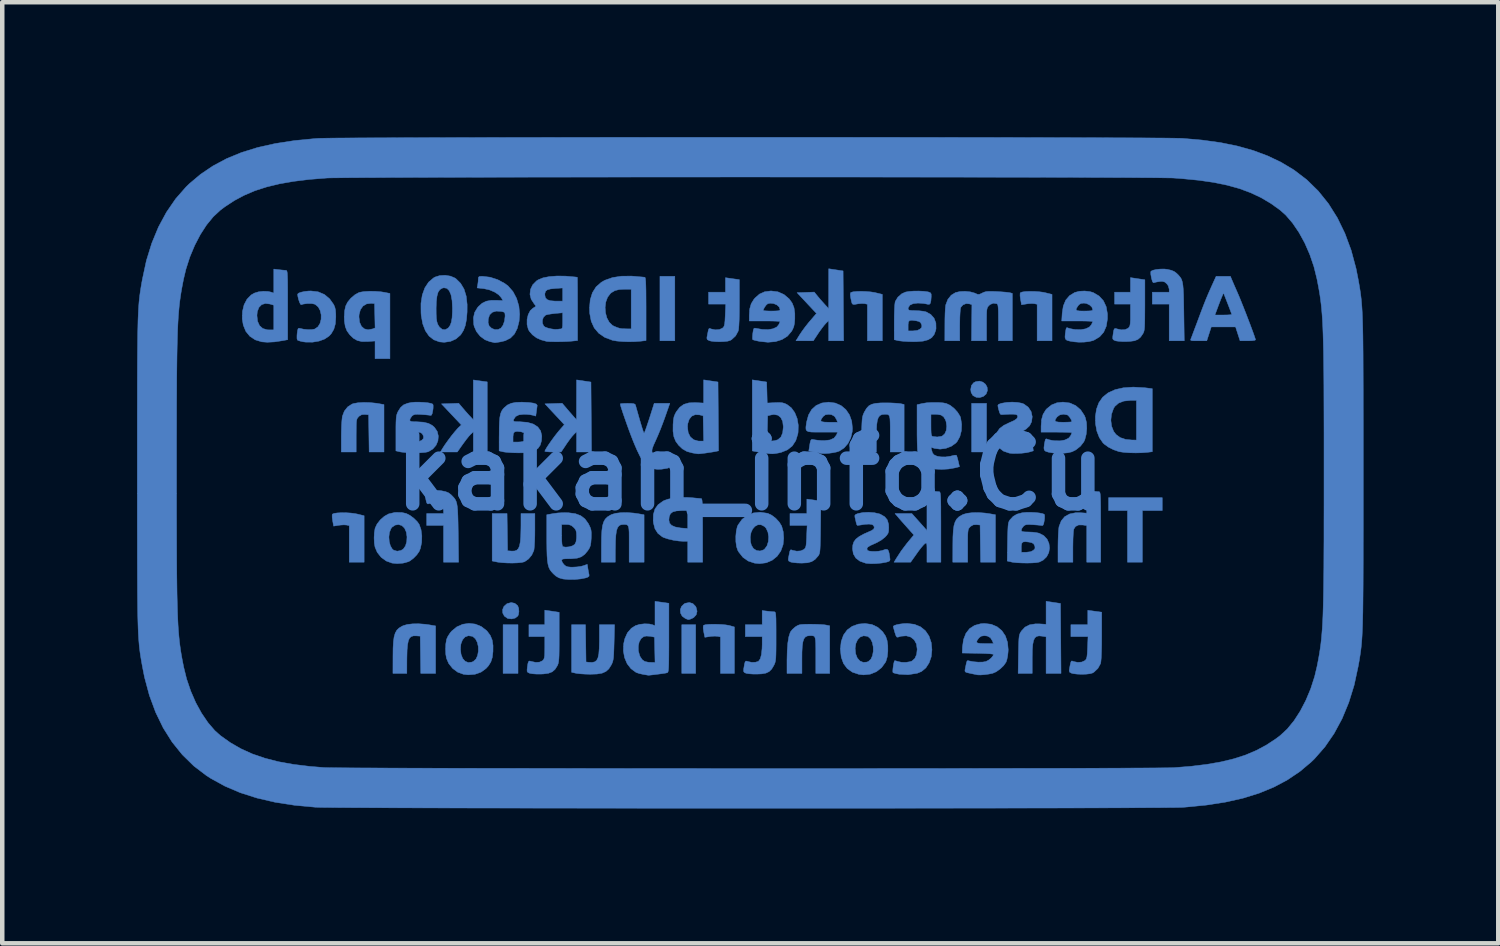
<source format=kicad_pcb>
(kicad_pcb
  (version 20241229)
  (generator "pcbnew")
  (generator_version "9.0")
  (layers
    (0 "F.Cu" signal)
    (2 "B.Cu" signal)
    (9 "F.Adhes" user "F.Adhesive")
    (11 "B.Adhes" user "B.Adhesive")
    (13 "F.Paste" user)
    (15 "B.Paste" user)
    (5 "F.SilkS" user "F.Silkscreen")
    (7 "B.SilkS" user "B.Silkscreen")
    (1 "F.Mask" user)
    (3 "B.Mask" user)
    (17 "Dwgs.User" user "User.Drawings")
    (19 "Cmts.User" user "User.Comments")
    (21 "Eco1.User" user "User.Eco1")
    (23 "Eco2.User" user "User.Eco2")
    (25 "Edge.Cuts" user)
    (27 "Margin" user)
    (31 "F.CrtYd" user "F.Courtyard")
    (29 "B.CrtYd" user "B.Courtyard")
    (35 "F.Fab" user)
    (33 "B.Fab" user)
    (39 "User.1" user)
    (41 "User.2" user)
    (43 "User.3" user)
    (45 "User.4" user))
  (footprint "kakan_info.Cu"
    (layer "F.Cu")
    (at 13.644 7.471)
    (property "Reference" "kakan_info.Cu" (at 0 0 0) (layer "B.Cu") (effects (font (size 1.524 1.524) (thickness 0.3))))
    (attr through_hole)
    (fp_poly (pts (xy -5.168 4.462) (xy -5.5 4.462) (xy -5.5 3.379) (xy -5.168 3.379) (xy -5.168 4.462)) (stroke (width 0.01) (type solid)) (fill yes) (layer "B.Cu"))
    (fp_poly (pts (xy -1.679 -2.938) (xy -2.01 -2.938) (xy -2.01 -4.373) (xy -1.679 -4.373) (xy -1.679 -2.938)) (stroke (width 0.01) (type solid)) (fill yes) (layer "B.Cu"))
    (fp_poly (pts (xy -1.215 4.462) (xy -1.524 4.462) (xy -1.524 3.379) (xy -1.215 3.379) (xy -1.215 4.462)) (stroke (width 0.01) (type solid)) (fill yes) (layer "B.Cu"))
    (fp_poly (pts (xy 5.257 -0.464) (xy 4.925 -0.464) (xy 4.925 -1.546) (xy 5.257 -1.546) (xy 5.257 -0.464)) (stroke (width 0.01) (type solid)) (fill yes) (layer "B.Cu"))
    (fp_poly (pts (xy 9.166 0.839) (xy 8.724 0.839) (xy 8.724 1.988) (xy 8.393 1.988) (xy 8.393 0.839) (xy 7.973 0.839) (xy 7.973 0.552) (xy 9.166 0.552) (xy 9.166 0.839)) (stroke (width 0.01) (type solid)) (fill yes) (layer "B.Cu"))
    (fp_poly (pts (xy 5.174 -2.019) (xy 5.234 -1.972) (xy 5.27 -1.906) (xy 5.277 -1.831) (xy 5.248 -1.755) (xy 5.246 -1.752) (xy 5.185 -1.7) (xy 5.103 -1.675) (xy 5.028 -1.681) (xy 4.954 -1.72) (xy 4.914 -1.787) (xy 4.905 -1.855) (xy 4.921 -1.944) (xy 4.97 -2.005) (xy 5.017 -2.029) (xy 5.1 -2.041) (xy 5.174 -2.019)) (stroke (width 0.01) (type solid)) (fill yes) (layer "B.Cu"))
    (fp_poly (pts (xy -5.239 2.903) (xy -5.176 2.955) (xy -5.154 3.012) (xy -5.148 3.087) (xy -5.159 3.157) (xy -5.174 3.187) (xy -5.23 3.231) (xy -5.308 3.25) (xy -5.389 3.241) (xy -5.404 3.236) (xy -5.472 3.187) (xy -5.508 3.119) (xy -5.511 3.044) (xy -5.482 2.973) (xy -5.419 2.916) (xy -5.407 2.909) (xy -5.319 2.886) (xy -5.239 2.903)) (stroke (width 0.01) (type solid)) (fill yes) (layer "B.Cu"))
    (fp_poly (pts (xy -1.277 2.909) (xy -1.217 2.971) (xy -1.206 2.992) (xy -1.184 3.079) (xy -1.203 3.158) (xy -1.258 3.219) (xy -1.294 3.238) (xy -1.344 3.259) (xy -1.374 3.265) (xy -1.405 3.257) (xy -1.448 3.238) (xy -1.516 3.188) (xy -1.552 3.119) (xy -1.557 3.043) (xy -1.529 2.971) (xy -1.47 2.915) (xy -1.445 2.902) (xy -1.356 2.885) (xy -1.277 2.909)) (stroke (width 0.01) (type solid)) (fill yes) (layer "B.Cu"))
    (fp_poly (pts (xy -8.99 0.888) (xy -8.884 0.895) (xy -8.788 0.908) (xy -8.748 0.916) (xy -8.592 0.954) (xy -8.592 1.988) (xy -8.923 1.988) (xy -8.923 1.174) (xy -8.984 1.161) (xy -9.042 1.157) (xy -9.119 1.162) (xy -9.158 1.167) (xy -9.271 1.185) (xy -9.293 1.062) (xy -9.303 0.987) (xy -9.303 0.935) (xy -9.297 0.918) (xy -9.259 0.902) (xy -9.188 0.892) (xy -9.095 0.887) (xy -8.99 0.888)) (stroke (width 0.01) (type solid)) (fill yes) (layer "B.Cu"))
    (fp_poly (pts (xy 6.317 -4.037) (xy 6.422 -4.03) (xy 6.518 -4.018) (xy 6.559 -4.009) (xy 6.714 -3.971) (xy 6.714 -2.938) (xy 6.383 -2.938) (xy 6.383 -3.751) (xy 6.322 -3.764) (xy 6.265 -3.768) (xy 6.187 -3.764) (xy 6.149 -3.759) (xy 6.036 -3.74) (xy 6.013 -3.863) (xy 6.003 -3.938) (xy 6.004 -3.991) (xy 6.009 -4.007) (xy 6.047 -4.023) (xy 6.118 -4.034) (xy 6.212 -4.038) (xy 6.317 -4.037)) (stroke (width 0.01) (type solid)) (fill yes) (layer "B.Cu"))
    (fp_poly (pts (xy -0.743 3.37) (xy -0.64 3.374) (xy -0.546 3.383) (xy -0.473 3.395) (xy -0.458 3.399) (xy -0.353 3.429) (xy -0.353 4.462) (xy -0.663 4.462) (xy -0.663 3.65) (xy -0.727 3.637) (xy -0.787 3.633) (xy -0.866 3.637) (xy -0.901 3.642) (xy -1.011 3.659) (xy -1.036 3.537) (xy -1.048 3.453) (xy -1.045 3.404) (xy -1.037 3.392) (xy -1.003 3.38) (xy -0.935 3.372) (xy -0.845 3.369) (xy -0.743 3.37)) (stroke (width 0.01) (type solid)) (fill yes) (layer "B.Cu"))
    (fp_poly (pts (xy 2.576 -4.035) (xy 2.681 -4.026) (xy 2.771 -4.012) (xy 2.782 -4.009) (xy 2.938 -3.971) (xy 2.938 -2.938) (xy 2.606 -2.938) (xy 2.606 -3.751) (xy 2.546 -3.765) (xy 2.487 -3.768) (xy 2.41 -3.763) (xy 2.378 -3.758) (xy 2.32 -3.747) (xy 2.285 -3.749) (xy 2.264 -3.77) (xy 2.25 -3.82) (xy 2.235 -3.893) (xy 2.225 -3.968) (xy 2.232 -4.007) (xy 2.238 -4.013) (xy 2.286 -4.028) (xy 2.367 -4.036) (xy 2.467 -4.039) (xy 2.576 -4.035)) (stroke (width 0.01) (type solid)) (fill yes) (layer "B.Cu"))
    (fp_poly (pts (xy -7.232 3.369) (xy -7.141 3.382) (xy -7.002 3.406) (xy -7.002 4.462) (xy -7.332 4.462) (xy -7.338 4.047) (xy -7.344 3.633) (xy -7.432 3.627) (xy -7.496 3.627) (xy -7.545 3.643) (xy -7.582 3.677) (xy -7.608 3.736) (xy -7.625 3.823) (xy -7.636 3.943) (xy -7.64 4.101) (xy -7.641 4.18) (xy -7.642 4.462) (xy -7.951 4.462) (xy -7.95 4.081) (xy -7.948 3.9) (xy -7.94 3.758) (xy -7.925 3.649) (xy -7.9 3.565) (xy -7.865 3.502) (xy -7.816 3.454) (xy -7.751 3.414) (xy -7.719 3.399) (xy -7.633 3.374) (xy -7.515 3.36) (xy -7.378 3.358) (xy -7.232 3.369)) (stroke (width 0.01) (type solid)) (fill yes) (layer "B.Cu"))
    (fp_poly (pts (xy -6.008 -2.045) (xy -5.853 -2.024) (xy -5.853 -0.464) (xy -6.162 -0.464) (xy -6.162 -0.913) (xy -6.22 -0.86) (xy -6.259 -0.818) (xy -6.313 -0.751) (xy -6.373 -0.67) (xy -6.399 -0.635) (xy -6.519 -0.464) (xy -6.895 -0.464) (xy -6.845 -0.547) (xy -6.792 -0.628) (xy -6.724 -0.723) (xy -6.651 -0.821) (xy -6.579 -0.91) (xy -6.519 -0.979) (xy -6.497 -1.003) (xy -6.429 -1.066) (xy -6.871 -1.535) (xy -6.68 -1.541) (xy -6.488 -1.548) (xy -6.408 -1.453) (xy -6.343 -1.378) (xy -6.273 -1.299) (xy -6.246 -1.27) (xy -6.163 -1.182) (xy -6.163 -1.624) (xy -6.162 -2.067) (xy -6.008 -2.045)) (stroke (width 0.01) (type solid)) (fill yes) (layer "B.Cu"))
    (fp_poly (pts (xy 1.905 -4.517) (xy 2.065 -4.493) (xy 2.071 -3.715) (xy 2.077 -2.938) (xy 1.745 -2.938) (xy 1.745 -3.388) (xy 1.684 -3.329) (xy 1.644 -3.284) (xy 1.59 -3.214) (xy 1.531 -3.132) (xy 1.513 -3.105) (xy 1.403 -2.939) (xy 1.209 -2.938) (xy 1.016 -2.938) (xy 1.099 -3.072) (xy 1.152 -3.151) (xy 1.222 -3.247) (xy 1.298 -3.343) (xy 1.327 -3.377) (xy 1.473 -3.547) (xy 1.257 -3.778) (xy 1.041 -4.009) (xy 1.232 -4.015) (xy 1.424 -4.022) (xy 1.501 -3.927) (xy 1.565 -3.851) (xy 1.636 -3.772) (xy 1.661 -3.744) (xy 1.744 -3.655) (xy 1.745 -4.541) (xy 1.905 -4.517)) (stroke (width 0.01) (type solid)) (fill yes) (layer "B.Cu"))
    (fp_poly (pts (xy 6.742 2.882) (xy 6.902 2.906) (xy 6.914 4.462) (xy 6.582 4.462) (xy 6.582 3.648) (xy 6.495 3.634) (xy 6.425 3.627) (xy 6.371 3.639) (xy 6.331 3.672) (xy 6.303 3.73) (xy 6.285 3.82) (xy 6.276 3.943) (xy 6.273 4.106) (xy 6.273 4.134) (xy 6.273 4.462) (xy 5.96 4.462) (xy 5.967 4.035) (xy 5.97 3.887) (xy 5.973 3.777) (xy 5.977 3.696) (xy 5.983 3.639) (xy 5.992 3.598) (xy 6.005 3.565) (xy 6.023 3.535) (xy 6.034 3.518) (xy 6.113 3.433) (xy 6.216 3.381) (xy 6.348 3.36) (xy 6.437 3.361) (xy 6.582 3.37) (xy 6.582 2.858) (xy 6.742 2.882)) (stroke (width 0.01) (type solid)) (fill yes) (layer "B.Cu"))
    (fp_poly (pts (xy 5.225 0.895) (xy 5.316 0.908) (xy 5.455 0.932) (xy 5.455 1.988) (xy 5.125 1.988) (xy 5.119 1.574) (xy 5.113 1.16) (xy 5.031 1.153) (xy 4.961 1.157) (xy 4.907 1.188) (xy 4.893 1.201) (xy 4.872 1.223) (xy 4.857 1.246) (xy 4.848 1.277) (xy 4.842 1.324) (xy 4.838 1.394) (xy 4.837 1.493) (xy 4.837 1.622) (xy 4.837 1.988) (xy 4.506 1.988) (xy 4.507 1.607) (xy 4.509 1.427) (xy 4.517 1.285) (xy 4.532 1.175) (xy 4.557 1.092) (xy 4.592 1.029) (xy 4.641 0.98) (xy 4.706 0.941) (xy 4.738 0.925) (xy 4.824 0.9) (xy 4.942 0.886) (xy 5.079 0.884) (xy 5.225 0.895)) (stroke (width 0.01) (type solid)) (fill yes) (layer "B.Cu"))
    (fp_poly (pts (xy -8.459 -1.563) (xy -8.322 -1.549) (xy -8.29 -1.544) (xy -8.15 -1.519) (xy -8.15 -0.464) (xy -8.48 -0.464) (xy -8.486 -0.878) (xy -8.492 -1.292) (xy -8.575 -1.299) (xy -8.645 -1.295) (xy -8.699 -1.264) (xy -8.713 -1.25) (xy -8.733 -1.228) (xy -8.748 -1.206) (xy -8.758 -1.174) (xy -8.764 -1.128) (xy -8.767 -1.058) (xy -8.768 -0.958) (xy -8.769 -0.829) (xy -8.769 -0.464) (xy -9.1 -0.464) (xy -9.1 -0.805) (xy -9.098 -0.934) (xy -9.094 -1.056) (xy -9.087 -1.162) (xy -9.079 -1.238) (xy -9.076 -1.258) (xy -9.032 -1.374) (xy -8.957 -1.468) (xy -8.86 -1.531) (xy -8.823 -1.543) (xy -8.725 -1.56) (xy -8.598 -1.567) (xy -8.459 -1.563)) (stroke (width 0.01) (type solid)) (fill yes) (layer "B.Cu"))
    (fp_poly (pts (xy -5.406 1.32) (xy -5.4 1.734) (xy -5.308 1.741) (xy -5.246 1.739) (xy -5.197 1.722) (xy -5.16 1.685) (xy -5.134 1.623) (xy -5.117 1.532) (xy -5.107 1.407) (xy -5.103 1.245) (xy -5.102 1.165) (xy -5.102 0.906) (xy -4.793 0.906) (xy -4.793 1.276) (xy -4.794 1.406) (xy -4.798 1.526) (xy -4.804 1.628) (xy -4.811 1.7) (xy -4.816 1.728) (xy -4.862 1.829) (xy -4.934 1.916) (xy -5.021 1.976) (xy -5.029 1.98) (xy -5.089 1.994) (xy -5.181 2.003) (xy -5.293 2.007) (xy -5.412 2.005) (xy -5.526 1.998) (xy -5.623 1.986) (xy -5.638 1.983) (xy -5.743 1.961) (xy -5.743 0.906) (xy -5.412 0.906) (xy -5.406 1.32)) (stroke (width 0.01) (type solid)) (fill yes) (layer "B.Cu"))
    (fp_poly (pts (xy -3.661 3.793) (xy -3.655 4.208) (xy -3.592 4.215) (xy -3.518 4.218) (xy -3.46 4.205) (xy -3.418 4.172) (xy -3.389 4.114) (xy -3.37 4.026) (xy -3.361 3.905) (xy -3.357 3.745) (xy -3.357 3.711) (xy -3.357 3.379) (xy -3.02 3.379) (xy -3.03 3.774) (xy -3.034 3.917) (xy -3.038 4.024) (xy -3.043 4.103) (xy -3.052 4.161) (xy -3.063 4.206) (xy -3.079 4.247) (xy -3.094 4.276) (xy -3.147 4.36) (xy -3.212 4.419) (xy -3.297 4.457) (xy -3.41 4.476) (xy -3.558 4.481) (xy -3.566 4.481) (xy -3.673 4.478) (xy -3.774 4.472) (xy -3.854 4.463) (xy -3.882 4.458) (xy -3.976 4.437) (xy -3.976 3.379) (xy -3.667 3.379) (xy -3.661 3.793)) (stroke (width 0.01) (type solid)) (fill yes) (layer "B.Cu"))
    (fp_poly (pts (xy -3.705 -2.044) (xy -3.545 -2.02) (xy -3.539 -1.242) (xy -3.533 -0.464) (xy -3.865 -0.464) (xy -3.865 -0.914) (xy -3.926 -0.855) (xy -3.966 -0.81) (xy -4.02 -0.74) (xy -4.079 -0.658) (xy -4.097 -0.631) (xy -4.208 -0.465) (xy -4.39 -0.464) (xy -4.473 -0.466) (xy -4.537 -0.471) (xy -4.57 -0.479) (xy -4.572 -0.482) (xy -4.559 -0.512) (xy -4.525 -0.569) (xy -4.476 -0.643) (xy -4.417 -0.727) (xy -4.354 -0.813) (xy -4.293 -0.891) (xy -4.247 -0.947) (xy -4.137 -1.072) (xy -4.353 -1.304) (xy -4.569 -1.535) (xy -4.377 -1.542) (xy -4.186 -1.548) (xy -4.086 -1.432) (xy -4.025 -1.36) (xy -3.965 -1.292) (xy -3.927 -1.248) (xy -3.867 -1.182) (xy -3.866 -1.625) (xy -3.865 -2.068) (xy -3.705 -2.044)) (stroke (width 0.01) (type solid)) (fill yes) (layer "B.Cu"))
    (fp_poly (pts (xy -2.594 0.895) (xy -2.503 0.908) (xy -2.363 0.932) (xy -2.363 1.988) (xy -2.695 1.988) (xy -2.695 1.582) (xy -2.695 1.433) (xy -2.696 1.323) (xy -2.701 1.246) (xy -2.711 1.196) (xy -2.727 1.167) (xy -2.752 1.153) (xy -2.787 1.149) (xy -2.825 1.149) (xy -2.88 1.155) (xy -2.922 1.178) (xy -2.954 1.221) (xy -2.977 1.29) (xy -2.991 1.389) (xy -2.999 1.523) (xy -3.002 1.695) (xy -3.003 1.706) (xy -3.004 1.988) (xy -3.313 1.988) (xy -3.312 1.607) (xy -3.31 1.427) (xy -3.302 1.285) (xy -3.287 1.175) (xy -3.262 1.092) (xy -3.227 1.029) (xy -3.177 0.98) (xy -3.113 0.941) (xy -3.081 0.925) (xy -2.995 0.9) (xy -2.877 0.886) (xy -2.74 0.884) (xy -2.594 0.895)) (stroke (width 0.01) (type solid)) (fill yes) (layer "B.Cu"))
    (fp_poly (pts (xy -6.876 0.398) (xy -6.783 0.417) (xy -6.717 0.443) (xy -6.662 0.483) (xy -6.622 0.523) (xy -6.59 0.558) (xy -6.565 0.593) (xy -6.545 0.634) (xy -6.53 0.685) (xy -6.519 0.752) (xy -6.511 0.84) (xy -6.506 0.955) (xy -6.502 1.101) (xy -6.499 1.285) (xy -6.498 1.353) (xy -6.49 1.988) (xy -6.825 1.988) (xy -6.825 1.171) (xy -7.2 1.171) (xy -7.2 0.906) (xy -6.825 0.906) (xy -6.825 0.838) (xy -6.844 0.761) (xy -6.896 0.703) (xy -6.972 0.669) (xy -7.063 0.664) (xy -7.141 0.683) (xy -7.171 0.692) (xy -7.191 0.682) (xy -7.206 0.647) (xy -7.221 0.581) (xy -7.234 0.507) (xy -7.235 0.455) (xy -7.229 0.44) (xy -7.186 0.418) (xy -7.113 0.402) (xy -7.024 0.393) (xy -6.933 0.392) (xy -6.876 0.398)) (stroke (width 0.01) (type solid)) (fill yes) (layer "B.Cu"))
    (fp_poly (pts (xy 3.115 -1.556) (xy 3.217 -1.551) (xy 3.299 -1.545) (xy 3.341 -1.54) (xy 3.423 -1.522) (xy 3.423 -0.464) (xy 3.114 -0.464) (xy 3.114 -0.87) (xy 3.114 -1.018) (xy 3.112 -1.128) (xy 3.108 -1.205) (xy 3.098 -1.256) (xy 3.082 -1.285) (xy 3.058 -1.299) (xy 3.024 -1.303) (xy 2.99 -1.303) (xy 2.93 -1.297) (xy 2.884 -1.275) (xy 2.85 -1.233) (xy 2.827 -1.166) (xy 2.813 -1.068) (xy 2.807 -0.935) (xy 2.805 -0.792) (xy 2.805 -0.464) (xy 2.469 -0.464) (xy 2.477 -0.857) (xy 2.48 -0.999) (xy 2.484 -1.106) (xy 2.489 -1.183) (xy 2.497 -1.241) (xy 2.509 -1.286) (xy 2.525 -1.326) (xy 2.541 -1.359) (xy 2.587 -1.435) (xy 2.637 -1.49) (xy 2.7 -1.525) (xy 2.785 -1.546) (xy 2.9 -1.556) (xy 3.004 -1.557) (xy 3.115 -1.556)) (stroke (width 0.01) (type solid)) (fill yes) (layer "B.Cu"))
    (fp_poly (pts (xy -0.398 -4.32) (xy -0.243 -4.299) (xy -0.243 -3.765) (xy -0.244 -3.57) (xy -0.247 -3.408) (xy -0.253 -3.283) (xy -0.26 -3.197) (xy -0.268 -3.156) (xy -0.326 -3.048) (xy -0.416 -2.964) (xy -0.446 -2.947) (xy -0.503 -2.93) (xy -0.588 -2.921) (xy -0.688 -2.917) (xy -0.788 -2.921) (xy -0.873 -2.931) (xy -0.912 -2.942) (xy -0.956 -2.964) (xy -0.966 -2.999) (xy -0.962 -3.028) (xy -0.944 -3.121) (xy -0.932 -3.178) (xy -0.92 -3.206) (xy -0.907 -3.214) (xy -0.886 -3.208) (xy -0.869 -3.201) (xy -0.777 -3.182) (xy -0.687 -3.189) (xy -0.617 -3.221) (xy -0.595 -3.243) (xy -0.58 -3.272) (xy -0.57 -3.316) (xy -0.563 -3.385) (xy -0.558 -3.488) (xy -0.557 -3.508) (xy -0.546 -3.755) (xy -0.928 -3.755) (xy -0.928 -4.02) (xy -0.552 -4.02) (xy -0.552 -4.342) (xy -0.398 -4.32)) (stroke (width 0.01) (type solid)) (fill yes) (layer "B.Cu"))
    (fp_poly (pts (xy 1.457 3.37) (xy 1.56 3.374) (xy 1.642 3.38) (xy 1.684 3.386) (xy 1.767 3.403) (xy 1.767 4.462) (xy 1.458 4.462) (xy 1.458 4.055) (xy 1.458 3.907) (xy 1.456 3.797) (xy 1.451 3.72) (xy 1.442 3.67) (xy 1.426 3.64) (xy 1.402 3.627) (xy 1.368 3.623) (xy 1.333 3.622) (xy 1.273 3.628) (xy 1.227 3.65) (xy 1.194 3.692) (xy 1.171 3.76) (xy 1.157 3.857) (xy 1.15 3.99) (xy 1.149 4.134) (xy 1.149 4.462) (xy 0.817 4.462) (xy 0.817 4.169) (xy 0.822 3.961) (xy 0.835 3.787) (xy 0.857 3.651) (xy 0.887 3.556) (xy 0.898 3.534) (xy 0.938 3.484) (xy 0.996 3.433) (xy 1.011 3.422) (xy 1.049 3.399) (xy 1.087 3.383) (xy 1.136 3.374) (xy 1.205 3.37) (xy 1.305 3.368) (xy 1.346 3.368) (xy 1.457 3.37)) (stroke (width 0.01) (type solid)) (fill yes) (layer "B.Cu"))
    (fp_poly (pts (xy 7.664 3.079) (xy 7.819 3.1) (xy 7.819 3.634) (xy 7.818 3.829) (xy 7.814 3.991) (xy 7.809 4.116) (xy 7.801 4.202) (xy 7.794 4.243) (xy 7.735 4.351) (xy 7.646 4.435) (xy 7.616 4.453) (xy 7.559 4.469) (xy 7.474 4.479) (xy 7.374 4.482) (xy 7.274 4.478) (xy 7.189 4.468) (xy 7.149 4.458) (xy 7.106 4.435) (xy 7.096 4.4) (xy 7.1 4.371) (xy 7.117 4.278) (xy 7.13 4.222) (xy 7.141 4.193) (xy 7.155 4.185) (xy 7.176 4.191) (xy 7.192 4.198) (xy 7.284 4.217) (xy 7.375 4.21) (xy 7.445 4.178) (xy 7.467 4.156) (xy 7.482 4.127) (xy 7.492 4.083) (xy 7.499 4.014) (xy 7.504 3.912) (xy 7.505 3.891) (xy 7.515 3.644) (xy 7.134 3.644) (xy 7.134 3.379) (xy 7.51 3.379) (xy 7.51 3.058) (xy 7.664 3.079)) (stroke (width 0.01) (type solid)) (fill yes) (layer "B.Cu"))
    (fp_poly (pts (xy 7.603 0.405) (xy 7.677 0.413) (xy 7.737 0.419) (xy 7.758 0.419) (xy 7.768 0.422) (xy 7.776 0.432) (xy 7.783 0.454) (xy 7.788 0.492) (xy 7.792 0.55) (xy 7.794 0.633) (xy 7.796 0.745) (xy 7.796 0.89) (xy 7.797 1.073) (xy 7.797 1.204) (xy 7.797 1.988) (xy 7.487 1.988) (xy 7.487 1.174) (xy 7.401 1.16) (xy 7.306 1.159) (xy 7.237 1.193) (xy 7.199 1.251) (xy 7.192 1.292) (xy 7.186 1.367) (xy 7.181 1.469) (xy 7.179 1.587) (xy 7.178 1.647) (xy 7.178 1.988) (xy 6.847 1.988) (xy 6.847 1.64) (xy 6.849 1.512) (xy 6.853 1.391) (xy 6.859 1.288) (xy 6.867 1.215) (xy 6.871 1.193) (xy 6.919 1.068) (xy 6.996 0.975) (xy 7.104 0.915) (xy 7.24 0.887) (xy 7.343 0.887) (xy 7.487 0.897) (xy 7.487 0.391) (xy 7.603 0.405)) (stroke (width 0.01) (type solid)) (fill yes) (layer "B.Cu"))
    (fp_poly (pts (xy 9.277 -4.528) (xy 9.368 -4.507) (xy 9.431 -4.481) (xy 9.485 -4.441) (xy 9.524 -4.403) (xy 9.555 -4.367) (xy 9.581 -4.332) (xy 9.6 -4.292) (xy 9.615 -4.241) (xy 9.626 -4.174) (xy 9.634 -4.086) (xy 9.64 -3.971) (xy 9.643 -3.824) (xy 9.646 -3.641) (xy 9.647 -3.573) (xy 9.656 -2.938) (xy 9.321 -2.938) (xy 9.321 -3.755) (xy 8.945 -3.755) (xy 8.945 -4.02) (xy 9.321 -4.02) (xy 9.321 -4.087) (xy 9.3 -4.163) (xy 9.264 -4.211) (xy 9.218 -4.248) (xy 9.167 -4.26) (xy 9.115 -4.258) (xy 9.048 -4.248) (xy 8.996 -4.236) (xy 8.988 -4.232) (xy 8.966 -4.232) (xy 8.948 -4.257) (xy 8.931 -4.316) (xy 8.925 -4.341) (xy 8.912 -4.416) (xy 8.911 -4.469) (xy 8.916 -4.486) (xy 8.96 -4.508) (xy 9.034 -4.525) (xy 9.123 -4.534) (xy 9.213 -4.535) (xy 9.277 -4.528)) (stroke (width 0.01) (type solid)) (fill yes) (layer "B.Cu"))
    (fp_poly (pts (xy -4.412 3.079) (xy -4.252 3.103) (xy -4.252 3.655) (xy -4.252 3.829) (xy -4.253 3.964) (xy -4.255 4.067) (xy -4.259 4.143) (xy -4.265 4.199) (xy -4.273 4.24) (xy -4.284 4.272) (xy -4.293 4.291) (xy -4.344 4.372) (xy -4.407 4.427) (xy -4.492 4.46) (xy -4.607 4.475) (xy -4.66 4.477) (xy -4.756 4.477) (xy -4.841 4.471) (xy -4.902 4.461) (xy -4.911 4.458) (xy -4.948 4.441) (xy -4.965 4.419) (xy -4.966 4.377) (xy -4.96 4.322) (xy -4.948 4.243) (xy -4.934 4.2) (xy -4.914 4.186) (xy -4.881 4.193) (xy -4.868 4.197) (xy -4.777 4.217) (xy -4.69 4.212) (xy -4.624 4.181) (xy -4.616 4.174) (xy -4.596 4.15) (xy -4.584 4.117) (xy -4.576 4.067) (xy -4.573 3.99) (xy -4.572 3.887) (xy -4.572 3.644) (xy -4.925 3.644) (xy -4.925 3.379) (xy -4.572 3.379) (xy -4.572 3.055) (xy -4.412 3.079)) (stroke (width 0.01) (type solid)) (fill yes) (layer "B.Cu"))
    (fp_poly (pts (xy -8.349 -4.039) (xy -8.222 -4.029) (xy -8.143 -4.017) (xy -8.018 -3.992) (xy -8.018 -2.54) (xy -8.349 -2.54) (xy -8.349 -2.934) (xy -8.511 -2.922) (xy -8.64 -2.921) (xy -8.742 -2.944) (xy -8.83 -2.994) (xy -8.91 -3.071) (xy -8.973 -3.157) (xy -9.012 -3.256) (xy -9.031 -3.378) (xy -9.033 -3.468) (xy -9.033 -3.47) (xy -8.707 -3.47) (xy -8.693 -3.351) (xy -8.652 -3.261) (xy -8.588 -3.204) (xy -8.505 -3.183) (xy -8.407 -3.202) (xy -8.405 -3.202) (xy -8.348 -3.224) (xy -8.354 -3.495) (xy -8.36 -3.766) (xy -8.437 -3.772) (xy -8.537 -3.76) (xy -8.618 -3.711) (xy -8.675 -3.63) (xy -8.704 -3.522) (xy -8.707 -3.47) (xy -9.033 -3.47) (xy -9.026 -3.604) (xy -9.003 -3.711) (xy -8.958 -3.8) (xy -8.888 -3.885) (xy -8.882 -3.89) (xy -8.795 -3.964) (xy -8.711 -4.01) (xy -8.691 -4.017) (xy -8.599 -4.033) (xy -8.48 -4.04) (xy -8.349 -4.039)) (stroke (width 0.01) (type solid)) (fill yes) (layer "B.Cu"))
    (fp_poly (pts (xy 1.415 0.605) (xy 1.57 0.627) (xy 1.564 1.206) (xy 1.562 1.382) (xy 1.559 1.519) (xy 1.556 1.623) (xy 1.552 1.7) (xy 1.547 1.754) (xy 1.539 1.792) (xy 1.529 1.819) (xy 1.516 1.841) (xy 1.511 1.848) (xy 1.442 1.926) (xy 1.366 1.975) (xy 1.272 2.001) (xy 1.148 2.008) (xy 1.14 2.008) (xy 1.046 2.005) (xy 0.963 1.997) (xy 0.905 1.986) (xy 0.899 1.984) (xy 0.855 1.961) (xy 0.845 1.927) (xy 0.849 1.897) (xy 0.867 1.805) (xy 0.879 1.748) (xy 0.891 1.719) (xy 0.905 1.712) (xy 0.925 1.717) (xy 0.942 1.724) (xy 1.034 1.743) (xy 1.124 1.736) (xy 1.194 1.704) (xy 1.216 1.682) (xy 1.232 1.654) (xy 1.242 1.609) (xy 1.248 1.541) (xy 1.254 1.438) (xy 1.254 1.417) (xy 1.265 1.171) (xy 0.883 1.171) (xy 0.883 0.906) (xy 1.259 0.906) (xy 1.259 0.584) (xy 1.415 0.605)) (stroke (width 0.01) (type solid)) (fill yes) (layer "B.Cu"))
    (fp_poly (pts (xy 4.047 0.405) (xy 4.121 0.413) (xy 4.181 0.419) (xy 4.202 0.419) (xy 4.212 0.422) (xy 4.22 0.432) (xy 4.227 0.454) (xy 4.232 0.492) (xy 4.236 0.55) (xy 4.238 0.633) (xy 4.24 0.745) (xy 4.24 0.89) (xy 4.241 1.073) (xy 4.241 1.204) (xy 4.241 1.988) (xy 3.931 1.988) (xy 3.931 1.767) (xy 3.931 1.667) (xy 3.929 1.604) (xy 3.923 1.571) (xy 3.913 1.562) (xy 3.895 1.568) (xy 3.886 1.574) (xy 3.855 1.603) (xy 3.807 1.659) (xy 3.748 1.734) (xy 3.705 1.795) (xy 3.568 1.988) (xy 3.199 1.988) (xy 3.249 1.905) (xy 3.358 1.737) (xy 3.481 1.574) (xy 3.53 1.514) (xy 3.64 1.382) (xy 3.504 1.23) (xy 3.433 1.15) (xy 3.363 1.071) (xy 3.307 1.007) (xy 3.295 0.992) (xy 3.221 0.906) (xy 3.595 0.906) (xy 3.763 1.094) (xy 3.931 1.283) (xy 3.931 0.391) (xy 4.047 0.405)) (stroke (width 0.01) (type solid)) (fill yes) (layer "B.Cu"))
    (fp_poly (pts (xy 8.619 -4.32) (xy 8.78 -4.296) (xy 8.78 -3.733) (xy 8.779 -3.559) (xy 8.778 -3.424) (xy 8.776 -3.321) (xy 8.773 -3.245) (xy 8.768 -3.191) (xy 8.76 -3.152) (xy 8.75 -3.122) (xy 8.736 -3.096) (xy 8.735 -3.094) (xy 8.683 -3.019) (xy 8.624 -2.969) (xy 8.548 -2.939) (xy 8.445 -2.925) (xy 8.375 -2.922) (xy 8.279 -2.922) (xy 8.193 -2.928) (xy 8.131 -2.937) (xy 8.12 -2.941) (xy 8.083 -2.958) (xy 8.066 -2.98) (xy 8.065 -3.022) (xy 8.072 -3.077) (xy 8.084 -3.156) (xy 8.097 -3.199) (xy 8.117 -3.213) (xy 8.15 -3.207) (xy 8.163 -3.202) (xy 8.254 -3.182) (xy 8.341 -3.187) (xy 8.408 -3.218) (xy 8.415 -3.225) (xy 8.435 -3.249) (xy 8.448 -3.282) (xy 8.455 -3.332) (xy 8.459 -3.409) (xy 8.459 -3.512) (xy 8.459 -3.755) (xy 8.106 -3.755) (xy 8.106 -4.02) (xy 8.459 -4.02) (xy 8.459 -4.344) (xy 8.619 -4.32)) (stroke (width 0.01) (type solid)) (fill yes) (layer "B.Cu"))
    (fp_poly (pts (xy 8.77 -1.894) (xy 8.807 -1.89) (xy 8.945 -1.873) (xy 8.945 -0.47) (xy 8.829 -0.456) (xy 8.711 -0.447) (xy 8.576 -0.444) (xy 8.439 -0.447) (xy 8.314 -0.456) (xy 8.216 -0.47) (xy 8.203 -0.473) (xy 8.086 -0.513) (xy 7.971 -0.571) (xy 7.877 -0.639) (xy 7.848 -0.666) (xy 7.767 -0.784) (xy 7.711 -0.929) (xy 7.682 -1.09) (xy 7.68 -1.169) (xy 8.023 -1.169) (xy 8.04 -1.037) (xy 8.086 -0.921) (xy 8.14 -0.851) (xy 8.231 -0.785) (xy 8.347 -0.745) (xy 8.487 -0.731) (xy 8.592 -0.729) (xy 8.592 -1.612) (xy 8.455 -1.612) (xy 8.311 -1.597) (xy 8.195 -1.552) (xy 8.111 -1.478) (xy 8.083 -1.433) (xy 8.037 -1.304) (xy 8.023 -1.169) (xy 7.68 -1.169) (xy 7.679 -1.257) (xy 7.704 -1.419) (xy 7.756 -1.56) (xy 7.842 -1.684) (xy 7.963 -1.781) (xy 8.117 -1.851) (xy 8.303 -1.893) (xy 8.521 -1.908) (xy 8.77 -1.894)) (stroke (width 0.01) (type solid)) (fill yes) (layer "B.Cu"))
    (fp_poly (pts (xy 0.364 -2.021) (xy 0.371 -1.787) (xy 0.377 -1.553) (xy 0.547 -1.562) (xy 0.642 -1.565) (xy 0.71 -1.56) (xy 0.767 -1.544) (xy 0.817 -1.52) (xy 0.914 -1.446) (xy 0.99 -1.34) (xy 1.043 -1.209) (xy 1.068 -1.061) (xy 1.064 -0.905) (xy 1.058 -0.866) (xy 1.012 -0.717) (xy 0.935 -0.599) (xy 0.825 -0.511) (xy 0.685 -0.455) (xy 0.631 -0.443) (xy 0.556 -0.43) (xy 0.502 -0.424) (xy 0.45 -0.425) (xy 0.384 -0.432) (xy 0.314 -0.442) (xy 0.23 -0.455) (xy 0.15 -0.468) (xy 0.121 -0.474) (xy 0.044 -0.488) (xy 0.044 -0.707) (xy 0.374 -0.707) (xy 0.464 -0.707) (xy 0.54 -0.715) (xy 0.608 -0.735) (xy 0.616 -0.739) (xy 0.682 -0.797) (xy 0.721 -0.891) (xy 0.735 -1.021) (xy 0.735 -1.027) (xy 0.721 -1.144) (xy 0.679 -1.23) (xy 0.614 -1.283) (xy 0.527 -1.299) (xy 0.469 -1.29) (xy 0.387 -1.27) (xy 0.38 -0.988) (xy 0.374 -0.707) (xy 0.044 -0.707) (xy 0.044 -2.069) (xy 0.364 -2.021)) (stroke (width 0.01) (type solid)) (fill yes) (layer "B.Cu"))
    (fp_poly (pts (xy -0.878 -2.045) (xy -0.718 -2.021) (xy -0.712 -1.255) (xy -0.706 -0.49) (xy -0.767 -0.477) (xy -0.826 -0.466) (xy -0.904 -0.454) (xy -0.99 -0.441) (xy -1.07 -0.431) (xy -1.131 -0.424) (xy -1.16 -0.423) (xy -1.193 -0.427) (xy -1.253 -0.437) (xy -1.283 -0.442) (xy -1.407 -0.475) (xy -1.509 -0.533) (xy -1.596 -0.616) (xy -1.66 -0.704) (xy -1.7 -0.805) (xy -1.719 -0.927) (xy -1.718 -1.017) (xy -1.397 -1.017) (xy -1.381 -0.894) (xy -1.334 -0.8) (xy -1.26 -0.737) (xy -1.162 -0.708) (xy -1.132 -0.707) (xy -1.037 -0.707) (xy -1.043 -0.988) (xy -1.049 -1.27) (xy -1.128 -1.29) (xy -1.224 -1.295) (xy -1.302 -1.262) (xy -1.358 -1.194) (xy -1.391 -1.095) (xy -1.397 -1.017) (xy -1.718 -1.017) (xy -1.718 -1.075) (xy -1.71 -1.176) (xy -1.697 -1.249) (xy -1.672 -1.311) (xy -1.644 -1.362) (xy -1.568 -1.46) (xy -1.478 -1.524) (xy -1.366 -1.557) (xy -1.224 -1.563) (xy -1.209 -1.562) (xy -1.038 -1.553) (xy -1.038 -2.069) (xy -0.878 -2.045)) (stroke (width 0.01) (type solid)) (fill yes) (layer "B.Cu"))
    (fp_poly (pts (xy 2.705 3.374) (xy 2.836 3.436) (xy 2.945 3.535) (xy 3.011 3.633) (xy 3.043 3.725) (xy 3.06 3.843) (xy 3.061 3.97) (xy 3.048 4.092) (xy 3.019 4.192) (xy 3.01 4.211) (xy 2.921 4.334) (xy 2.806 4.424) (xy 2.67 4.479) (xy 2.52 4.495) (xy 2.415 4.483) (xy 2.272 4.435) (xy 2.158 4.354) (xy 2.075 4.243) (xy 2.024 4.102) (xy 2.005 3.933) (xy 2.005 3.92) (xy 2.007 3.903) (xy 2.333 3.903) (xy 2.344 4.022) (xy 2.344 4.024) (xy 2.381 4.12) (xy 2.44 4.186) (xy 2.514 4.217) (xy 2.596 4.21) (xy 2.63 4.196) (xy 2.685 4.144) (xy 2.72 4.065) (xy 2.737 3.97) (xy 2.735 3.869) (xy 2.715 3.774) (xy 2.677 3.695) (xy 2.622 3.644) (xy 2.604 3.636) (xy 2.519 3.626) (xy 2.446 3.653) (xy 2.388 3.713) (xy 2.349 3.798) (xy 2.333 3.903) (xy 2.007 3.903) (xy 2.023 3.752) (xy 2.074 3.609) (xy 2.156 3.496) (xy 2.268 3.414) (xy 2.406 3.365) (xy 2.553 3.352) (xy 2.705 3.374)) (stroke (width 0.01) (type solid)) (fill yes) (layer "B.Cu"))
    (fp_poly (pts (xy 3.651 3.37) (xy 3.787 3.425) (xy 3.896 3.513) (xy 3.977 3.632) (xy 4.027 3.779) (xy 4.042 3.937) (xy 4.026 4.093) (xy 3.979 4.228) (xy 3.907 4.339) (xy 3.811 4.419) (xy 3.715 4.459) (xy 3.511 4.491) (xy 3.318 4.481) (xy 3.314 4.481) (xy 3.244 4.467) (xy 3.192 4.452) (xy 3.175 4.443) (xy 3.171 4.416) (xy 3.174 4.361) (xy 3.183 4.294) (xy 3.194 4.232) (xy 3.206 4.189) (xy 3.211 4.181) (xy 3.235 4.182) (xy 3.278 4.196) (xy 3.364 4.215) (xy 3.463 4.217) (xy 3.555 4.202) (xy 3.598 4.187) (xy 3.663 4.128) (xy 3.702 4.037) (xy 3.714 3.925) (xy 3.697 3.806) (xy 3.647 3.715) (xy 3.57 3.654) (xy 3.471 3.626) (xy 3.354 3.635) (xy 3.286 3.656) (xy 3.263 3.655) (xy 3.242 3.626) (xy 3.22 3.562) (xy 3.216 3.549) (xy 3.197 3.481) (xy 3.184 3.432) (xy 3.181 3.416) (xy 3.201 3.398) (xy 3.254 3.38) (xy 3.329 3.365) (xy 3.414 3.354) (xy 3.492 3.351) (xy 3.651 3.37)) (stroke (width 0.01) (type solid)) (fill yes) (layer "B.Cu"))
    (fp_poly (pts (xy -10.486 -4.52) (xy -10.412 -4.512) (xy -10.352 -4.507) (xy -10.331 -4.506) (xy -10.321 -4.503) (xy -10.313 -4.493) (xy -10.306 -4.471) (xy -10.301 -4.433) (xy -10.298 -4.374) (xy -10.295 -4.29) (xy -10.294 -4.178) (xy -10.293 -4.032) (xy -10.293 -3.848) (xy -10.293 -3.734) (xy -10.293 -2.963) (xy -10.408 -2.941) (xy -10.588 -2.914) (xy -10.747 -2.906) (xy -10.869 -2.915) (xy -11.016 -2.96) (xy -11.135 -3.039) (xy -11.224 -3.148) (xy -11.281 -3.287) (xy -11.304 -3.425) (xy -11.302 -3.501) (xy -10.977 -3.501) (xy -10.963 -3.372) (xy -10.919 -3.275) (xy -10.848 -3.212) (xy -10.748 -3.183) (xy -10.707 -3.181) (xy -10.602 -3.181) (xy -10.602 -3.731) (xy -10.689 -3.757) (xy -10.79 -3.769) (xy -10.872 -3.743) (xy -10.933 -3.681) (xy -10.969 -3.587) (xy -10.977 -3.501) (xy -11.302 -3.501) (xy -11.299 -3.592) (xy -11.263 -3.74) (xy -11.198 -3.864) (xy -11.106 -3.958) (xy -11.033 -4) (xy -10.942 -4.028) (xy -10.833 -4.04) (xy -10.728 -4.036) (xy -10.658 -4.02) (xy -10.602 -3.999) (xy -10.602 -4.534) (xy -10.486 -4.52)) (stroke (width 0.01) (type solid)) (fill yes) (layer "B.Cu"))
    (fp_poly (pts (xy -1.303 0.553) (xy -1.214 0.562) (xy -1.141 0.568) (xy -1.095 0.572) (xy -1.088 0.573) (xy -1.08 0.583) (xy -1.073 0.614) (xy -1.068 0.67) (xy -1.065 0.754) (xy -1.062 0.87) (xy -1.061 1.023) (xy -1.06 1.214) (xy -1.06 1.281) (xy -1.06 1.988) (xy -1.391 1.988) (xy -1.391 1.524) (xy -1.47 1.524) (xy -1.586 1.517) (xy -1.71 1.499) (xy -1.827 1.472) (xy -1.923 1.44) (xy -1.958 1.423) (xy -2.055 1.347) (xy -2.12 1.246) (xy -2.154 1.117) (xy -2.159 1.073) (xy -2.159 1.051) (xy -1.811 1.051) (xy -1.797 1.118) (xy -1.751 1.169) (xy -1.671 1.204) (xy -1.553 1.226) (xy -1.452 1.234) (xy -1.391 1.237) (xy -1.391 0.839) (xy -1.517 0.839) (xy -1.639 0.846) (xy -1.724 0.868) (xy -1.777 0.91) (xy -1.804 0.976) (xy -1.811 1.051) (xy -2.159 1.051) (xy -2.156 0.926) (xy -2.121 0.805) (xy -2.051 0.708) (xy -1.942 0.63) (xy -1.919 0.617) (xy -1.829 0.585) (xy -1.706 0.562) (xy -1.565 0.548) (xy -1.416 0.546) (xy -1.303 0.553)) (stroke (width 0.01) (type solid)) (fill yes) (layer "B.Cu"))
    (fp_poly (pts (xy 0.381 3.078) (xy 0.455 3.086) (xy 0.515 3.091) (xy 0.536 3.092) (xy 0.548 3.095) (xy 0.557 3.107) (xy 0.564 3.132) (xy 0.568 3.177) (xy 0.572 3.246) (xy 0.573 3.344) (xy 0.574 3.477) (xy 0.574 3.64) (xy 0.574 3.81) (xy 0.573 3.942) (xy 0.571 4.043) (xy 0.568 4.117) (xy 0.562 4.172) (xy 0.554 4.212) (xy 0.543 4.246) (xy 0.528 4.277) (xy 0.525 4.284) (xy 0.475 4.367) (xy 0.419 4.422) (xy 0.348 4.456) (xy 0.251 4.473) (xy 0.159 4.477) (xy 0.063 4.477) (xy -0.023 4.471) (xy -0.084 4.462) (xy -0.095 4.459) (xy -0.134 4.44) (xy -0.149 4.414) (xy -0.147 4.364) (xy -0.143 4.343) (xy -0.129 4.258) (xy -0.116 4.21) (xy -0.1 4.189) (xy -0.075 4.19) (xy -0.053 4.198) (xy 0.028 4.216) (xy 0.111 4.215) (xy 0.176 4.196) (xy 0.185 4.19) (xy 0.222 4.138) (xy 0.248 4.044) (xy 0.262 3.911) (xy 0.265 3.816) (xy 0.265 3.644) (xy -0.11 3.644) (xy -0.11 3.379) (xy 0.265 3.379) (xy 0.265 3.064) (xy 0.381 3.078)) (stroke (width 0.01) (type solid)) (fill yes) (layer "B.Cu"))
    (fp_poly (pts (xy -6.119 3.365) (xy -5.986 3.419) (xy -5.869 3.509) (xy -5.856 3.522) (xy -5.786 3.616) (xy -5.743 3.719) (xy -5.724 3.843) (xy -5.725 3.976) (xy -5.74 4.105) (xy -5.772 4.206) (xy -5.826 4.293) (xy -5.879 4.352) (xy -5.991 4.434) (xy -6.126 4.482) (xy -6.277 4.494) (xy -6.381 4.482) (xy -6.51 4.435) (xy -6.622 4.352) (xy -6.71 4.242) (xy -6.759 4.128) (xy -6.775 4.038) (xy -6.78 3.925) (xy -6.779 3.916) (xy -6.449 3.916) (xy -6.436 4.036) (xy -6.4 4.13) (xy -6.345 4.192) (xy -6.275 4.221) (xy -6.194 4.211) (xy -6.161 4.196) (xy -6.103 4.143) (xy -6.067 4.063) (xy -6.05 3.967) (xy -6.052 3.866) (xy -6.074 3.771) (xy -6.115 3.693) (xy -6.173 3.642) (xy -6.188 3.636) (xy -6.274 3.624) (xy -6.347 3.652) (xy -6.403 3.715) (xy -6.439 3.809) (xy -6.449 3.916) (xy -6.779 3.916) (xy -6.775 3.809) (xy -6.759 3.711) (xy -6.757 3.703) (xy -6.728 3.638) (xy -6.68 3.564) (xy -6.645 3.522) (xy -6.53 3.427) (xy -6.398 3.369) (xy -6.259 3.349) (xy -6.119 3.365)) (stroke (width 0.01) (type solid)) (fill yes) (layer "B.Cu"))
    (fp_poly (pts (xy 0.383 0.9) (xy 0.393 0.903) (xy 0.478 0.944) (xy 0.567 1.012) (xy 0.644 1.096) (xy 0.697 1.182) (xy 0.698 1.183) (xy 0.733 1.31) (xy 0.744 1.455) (xy 0.73 1.597) (xy 0.73 1.598) (xy 0.679 1.74) (xy 0.596 1.857) (xy 0.486 1.945) (xy 0.355 2.001) (xy 0.208 2.02) (xy 0.096 2.009) (xy -0.046 1.962) (xy -0.162 1.881) (xy -0.256 1.763) (xy -0.279 1.723) (xy -0.306 1.64) (xy -0.321 1.531) (xy -0.322 1.427) (xy -0.001 1.427) (xy 0.005 1.534) (xy 0.024 1.61) (xy 0.07 1.684) (xy 0.138 1.728) (xy 0.217 1.739) (xy 0.295 1.714) (xy 0.32 1.695) (xy 0.372 1.624) (xy 0.402 1.529) (xy 0.409 1.424) (xy 0.393 1.322) (xy 0.354 1.235) (xy 0.315 1.193) (xy 0.24 1.155) (xy 0.169 1.155) (xy 0.106 1.189) (xy 0.053 1.249) (xy 0.016 1.33) (xy -0.001 1.427) (xy -0.322 1.427) (xy -0.322 1.41) (xy -0.311 1.293) (xy -0.288 1.194) (xy -0.272 1.16) (xy -0.183 1.035) (xy -0.068 0.946) (xy 0.068 0.892) (xy 0.22 0.876) (xy 0.383 0.9)) (stroke (width 0.01) (type solid)) (fill yes) (layer "B.Cu"))
    (fp_poly (pts (xy -9.616 -4.028) (xy -9.476 -3.969) (xy -9.36 -3.872) (xy -9.269 -3.744) (xy -9.244 -3.686) (xy -9.229 -3.621) (xy -9.223 -3.535) (xy -9.222 -3.468) (xy -9.232 -3.316) (xy -9.266 -3.195) (xy -9.325 -3.095) (xy -9.37 -3.046) (xy -9.468 -2.979) (xy -9.595 -2.932) (xy -9.739 -2.908) (xy -9.89 -2.909) (xy -9.948 -2.916) (xy -10.015 -2.931) (xy -10.064 -2.948) (xy -10.077 -2.956) (xy -10.086 -2.989) (xy -10.086 -3.053) (xy -10.082 -3.103) (xy -10.072 -3.173) (xy -10.06 -3.209) (xy -10.042 -3.218) (xy -10.019 -3.214) (xy -9.938 -3.196) (xy -9.844 -3.187) (xy -9.756 -3.188) (xy -9.693 -3.199) (xy -9.691 -3.2) (xy -9.62 -3.249) (xy -9.573 -3.325) (xy -9.549 -3.418) (xy -9.548 -3.517) (xy -9.57 -3.612) (xy -9.614 -3.692) (xy -9.682 -3.748) (xy -9.695 -3.754) (xy -9.762 -3.768) (xy -9.851 -3.768) (xy -9.941 -3.756) (xy -9.993 -3.741) (xy -10.01 -3.755) (xy -10.031 -3.8) (xy -10.051 -3.86) (xy -10.066 -3.924) (xy -10.072 -3.976) (xy -10.051 -3.998) (xy -9.998 -4.018) (xy -9.921 -4.035) (xy -9.833 -4.045) (xy -9.776 -4.047) (xy -9.616 -4.028)) (stroke (width 0.01) (type solid)) (fill yes) (layer "B.Cu"))
    (fp_poly (pts (xy -7.755 0.882) (xy -7.656 0.904) (xy -7.573 0.946) (xy -7.486 1.011) (xy -7.41 1.086) (xy -7.366 1.148) (xy -7.326 1.264) (xy -7.308 1.402) (xy -7.312 1.546) (xy -7.339 1.678) (xy -7.367 1.748) (xy -7.42 1.824) (xy -7.493 1.899) (xy -7.571 1.958) (xy -7.608 1.977) (xy -7.726 2.009) (xy -7.858 2.019) (xy -7.971 2.008) (xy -8.1 1.961) (xy -8.213 1.879) (xy -8.3 1.769) (xy -8.349 1.655) (xy -8.365 1.564) (xy -8.37 1.451) (xy -8.369 1.427) (xy -8.041 1.427) (xy -8.033 1.53) (xy -8.008 1.623) (xy -7.966 1.695) (xy -7.935 1.721) (xy -7.856 1.743) (xy -7.774 1.728) (xy -7.72 1.695) (xy -7.672 1.626) (xy -7.644 1.531) (xy -7.638 1.424) (xy -7.654 1.318) (xy -7.694 1.228) (xy -7.754 1.172) (xy -7.828 1.15) (xy -7.904 1.163) (xy -7.972 1.21) (xy -7.996 1.243) (xy -8.029 1.327) (xy -8.041 1.427) (xy -8.369 1.427) (xy -8.365 1.335) (xy -8.349 1.238) (xy -8.347 1.229) (xy -8.304 1.138) (xy -8.232 1.046) (xy -8.142 0.967) (xy -8.048 0.914) (xy -8.046 0.914) (xy -7.904 0.88) (xy -7.755 0.882)) (stroke (width 0.01) (type solid)) (fill yes) (layer "B.Cu"))
    (fp_poly (pts (xy -2.573 -4.373) (xy -2.482 -4.364) (xy -2.406 -4.358) (xy -2.357 -4.353) (xy -2.347 -4.353) (xy -2.339 -4.343) (xy -2.332 -4.312) (xy -2.327 -4.256) (xy -2.324 -4.171) (xy -2.321 -4.055) (xy -2.32 -3.902) (xy -2.319 -3.71) (xy -2.319 -3.647) (xy -2.319 -2.944) (xy -2.435 -2.93) (xy -2.563 -2.92) (xy -2.705 -2.917) (xy -2.846 -2.922) (xy -2.971 -2.933) (xy -3.068 -2.95) (xy -3.07 -2.951) (xy -3.237 -3.014) (xy -3.371 -3.106) (xy -3.472 -3.225) (xy -3.539 -3.373) (xy -3.573 -3.551) (xy -3.577 -3.665) (xy -3.576 -3.681) (xy -3.23 -3.681) (xy -3.221 -3.561) (xy -3.191 -3.448) (xy -3.139 -3.352) (xy -3.068 -3.282) (xy -3.033 -3.263) (xy -2.957 -3.232) (xy -2.902 -3.215) (xy -2.848 -3.207) (xy -2.777 -3.205) (xy -2.766 -3.204) (xy -2.65 -3.203) (xy -2.65 -4.086) (xy -2.793 -4.086) (xy -2.918 -4.079) (xy -3.013 -4.055) (xy -3.089 -4.01) (xy -3.112 -3.991) (xy -3.176 -3.906) (xy -3.215 -3.8) (xy -3.23 -3.681) (xy -3.576 -3.681) (xy -3.561 -3.852) (xy -3.512 -4.009) (xy -3.431 -4.138) (xy -3.316 -4.239) (xy -3.236 -4.285) (xy -3.066 -4.345) (xy -2.867 -4.376) (xy -2.643 -4.378) (xy -2.573 -4.373)) (stroke (width 0.01) (type solid)) (fill yes) (layer "B.Cu"))
    (fp_poly (pts (xy -1.966 2.88) (xy -1.811 2.902) (xy -1.811 3.669) (xy -1.811 3.874) (xy -1.812 4.039) (xy -1.813 4.169) (xy -1.815 4.267) (xy -1.818 4.339) (xy -1.822 4.389) (xy -1.828 4.42) (xy -1.836 4.438) (xy -1.845 4.446) (xy -1.85 4.448) (xy -1.886 4.456) (xy -1.951 4.466) (xy -2.032 4.477) (xy -2.118 4.488) (xy -2.195 4.497) (xy -2.251 4.503) (xy -2.274 4.503) (xy -2.301 4.498) (xy -2.356 4.489) (xy -2.388 4.483) (xy -2.463 4.467) (xy -2.527 4.446) (xy -2.543 4.439) (xy -2.654 4.358) (xy -2.74 4.247) (xy -2.797 4.112) (xy -2.824 3.961) (xy -2.82 3.858) (xy -2.492 3.858) (xy -2.49 3.961) (xy -2.462 4.063) (xy -2.451 4.088) (xy -2.405 4.157) (xy -2.348 4.197) (xy -2.267 4.215) (xy -2.214 4.217) (xy -2.119 4.219) (xy -2.131 3.656) (xy -2.22 3.637) (xy -2.313 3.631) (xy -2.37 3.642) (xy -2.43 3.688) (xy -2.472 3.763) (xy -2.492 3.858) (xy -2.82 3.858) (xy -2.817 3.802) (xy -2.793 3.694) (xy -2.734 3.56) (xy -2.646 3.458) (xy -2.552 3.399) (xy -2.46 3.371) (xy -2.352 3.359) (xy -2.246 3.363) (xy -2.177 3.379) (xy -2.12 3.4) (xy -2.12 2.859) (xy -1.966 2.88)) (stroke (width 0.01) (type solid)) (fill yes) (layer "B.Cu"))
    (fp_poly (pts (xy -6.671 -4.377) (xy -6.57 -4.334) (xy -6.551 -4.321) (xy -6.446 -4.218) (xy -6.369 -4.089) (xy -6.321 -3.932) (xy -6.3 -3.744) (xy -6.301 -3.578) (xy -6.315 -3.411) (xy -6.341 -3.278) (xy -6.381 -3.171) (xy -6.438 -3.08) (xy -6.449 -3.066) (xy -6.548 -2.98) (xy -6.671 -2.925) (xy -6.808 -2.905) (xy -6.914 -2.914) (xy -7.041 -2.96) (xy -7.147 -3.043) (xy -7.229 -3.162) (xy -7.288 -3.316) (xy -7.322 -3.503) (xy -7.326 -3.56) (xy -7.327 -3.666) (xy -6.99 -3.666) (xy -6.989 -3.533) (xy -6.984 -3.435) (xy -6.973 -3.363) (xy -6.956 -3.309) (xy -6.929 -3.262) (xy -6.912 -3.239) (xy -6.852 -3.191) (xy -6.787 -3.185) (xy -6.723 -3.221) (xy -6.715 -3.229) (xy -6.677 -3.283) (xy -6.651 -3.354) (xy -6.635 -3.451) (xy -6.628 -3.58) (xy -6.627 -3.666) (xy -6.635 -3.832) (xy -6.659 -3.962) (xy -6.698 -4.053) (xy -6.751 -4.106) (xy -6.818 -4.118) (xy -6.858 -4.108) (xy -6.909 -4.075) (xy -6.947 -4.018) (xy -6.971 -3.931) (xy -6.985 -3.81) (xy -6.99 -3.666) (xy -7.327 -3.666) (xy -7.327 -3.772) (xy -7.298 -3.958) (xy -7.241 -4.116) (xy -7.158 -4.243) (xy -7.049 -4.336) (xy -7.015 -4.356) (xy -6.91 -4.389) (xy -6.789 -4.396) (xy -6.671 -4.377)) (stroke (width 0.01) (type solid)) (fill yes) (layer "B.Cu"))
    (fp_poly (pts (xy 5.944 -1.567) (xy 6.045 -1.548) (xy 6.09 -1.53) (xy 6.187 -1.458) (xy 6.249 -1.363) (xy 6.273 -1.252) (xy 6.273 -1.244) (xy 6.259 -1.136) (xy 6.215 -1.048) (xy 6.136 -0.973) (xy 6.019 -0.907) (xy 5.959 -0.882) (xy 5.872 -0.845) (xy 5.819 -0.814) (xy 5.793 -0.783) (xy 5.787 -0.748) (xy 5.801 -0.715) (xy 5.848 -0.704) (xy 5.978 -0.704) (xy 6.098 -0.718) (xy 6.159 -0.733) (xy 6.212 -0.745) (xy 6.246 -0.735) (xy 6.267 -0.696) (xy 6.281 -0.621) (xy 6.283 -0.604) (xy 6.298 -0.49) (xy 6.225 -0.467) (xy 6.144 -0.449) (xy 6.039 -0.437) (xy 5.927 -0.431) (xy 5.826 -0.432) (xy 5.763 -0.439) (xy 5.635 -0.483) (xy 5.541 -0.553) (xy 5.483 -0.646) (xy 5.462 -0.759) (xy 5.465 -0.805) (xy 5.491 -0.905) (xy 5.55 -0.989) (xy 5.646 -1.06) (xy 5.77 -1.119) (xy 5.871 -1.164) (xy 5.931 -1.206) (xy 5.951 -1.247) (xy 5.942 -1.281) (xy 5.915 -1.297) (xy 5.858 -1.305) (xy 5.765 -1.305) (xy 5.634 -1.298) (xy 5.612 -1.296) (xy 5.584 -1.296) (xy 5.564 -1.307) (xy 5.548 -1.337) (xy 5.531 -1.395) (xy 5.514 -1.462) (xy 5.509 -1.5) (xy 5.523 -1.523) (xy 5.567 -1.54) (xy 5.593 -1.548) (xy 5.704 -1.567) (xy 5.826 -1.574) (xy 5.944 -1.567)) (stroke (width 0.01) (type solid)) (fill yes) (layer "B.Cu"))
    (fp_poly (pts (xy 10.718 -4.29) (xy 10.742 -4.234) (xy 10.778 -4.151) (xy 10.82 -4.055) (xy 10.845 -3.998) (xy 10.879 -3.919) (xy 10.921 -3.816) (xy 10.969 -3.696) (xy 11.02 -3.567) (xy 11.071 -3.434) (xy 11.12 -3.306) (xy 11.164 -3.188) (xy 11.201 -3.087) (xy 11.227 -3.012) (xy 11.241 -2.967) (xy 11.242 -2.959) (xy 11.222 -2.949) (xy 11.167 -2.941) (xy 11.087 -2.938) (xy 11.07 -2.938) (xy 10.898 -2.938) (xy 10.798 -3.247) (xy 10.257 -3.247) (xy 10.157 -2.938) (xy 9.971 -2.938) (xy 9.881 -2.938) (xy 9.827 -2.941) (xy 9.802 -2.949) (xy 9.798 -2.963) (xy 9.806 -2.987) (xy 9.821 -3.024) (xy 9.847 -3.094) (xy 9.883 -3.19) (xy 9.926 -3.303) (xy 9.961 -3.397) (xy 10.004 -3.512) (xy 10.338 -3.512) (xy 10.525 -3.512) (xy 10.61 -3.513) (xy 10.674 -3.517) (xy 10.709 -3.522) (xy 10.712 -3.525) (xy 10.705 -3.549) (xy 10.684 -3.606) (xy 10.654 -3.686) (xy 10.621 -3.771) (xy 10.53 -4.004) (xy 10.498 -3.929) (xy 10.474 -3.872) (xy 10.442 -3.79) (xy 10.407 -3.698) (xy 10.402 -3.683) (xy 10.338 -3.512) (xy 10.004 -3.512) (xy 10.028 -3.577) (xy 10.085 -3.726) (xy 10.136 -3.855) (xy 10.186 -3.974) (xy 10.238 -4.093) (xy 10.287 -4.202) (xy 10.365 -4.373) (xy 10.683 -4.373) (xy 10.718 -4.29)) (stroke (width 0.01) (type solid)) (fill yes) (layer "B.Cu"))
    (fp_poly (pts (xy 4.896 -4.027) (xy 4.994 -4) (xy 5.008 -3.993) (xy 5.056 -3.972) (xy 5.094 -3.971) (xy 5.142 -3.991) (xy 5.162 -4.002) (xy 5.205 -4.021) (xy 5.249 -4.033) (xy 5.306 -4.038) (xy 5.387 -4.038) (xy 5.489 -4.034) (xy 5.593 -4.027) (xy 5.685 -4.02) (xy 5.752 -4.012) (xy 5.781 -4.007) (xy 5.831 -3.993) (xy 5.831 -2.938) (xy 5.522 -2.938) (xy 5.522 -3.344) (xy 5.521 -3.489) (xy 5.52 -3.597) (xy 5.516 -3.672) (xy 5.511 -3.72) (xy 5.502 -3.748) (xy 5.491 -3.761) (xy 5.487 -3.763) (xy 5.407 -3.775) (xy 5.336 -3.745) (xy 5.311 -3.723) (xy 5.291 -3.701) (xy 5.277 -3.678) (xy 5.267 -3.646) (xy 5.261 -3.599) (xy 5.258 -3.528) (xy 5.257 -3.426) (xy 5.257 -3.303) (xy 5.257 -2.938) (xy 4.923 -2.938) (xy 4.927 -3.34) (xy 4.931 -3.742) (xy 4.876 -3.76) (xy 4.802 -3.766) (xy 4.733 -3.738) (xy 4.686 -3.685) (xy 4.682 -3.676) (xy 4.674 -3.635) (xy 4.668 -3.558) (xy 4.663 -3.456) (xy 4.661 -3.338) (xy 4.66 -3.278) (xy 4.66 -2.938) (xy 4.329 -2.938) (xy 4.33 -3.296) (xy 4.331 -3.425) (xy 4.334 -3.544) (xy 4.339 -3.644) (xy 4.346 -3.716) (xy 4.35 -3.739) (xy 4.396 -3.859) (xy 4.47 -3.952) (xy 4.566 -4.011) (xy 4.663 -4.034) (xy 4.78 -4.039) (xy 4.896 -4.027)) (stroke (width 0.01) (type solid)) (fill yes) (layer "B.Cu"))
    (fp_poly (pts (xy -1.899 -1.235) (xy -1.948 -1.102) (xy -2.002 -0.962) (xy -2.056 -0.831) (xy -2.103 -0.725) (xy -2.108 -0.714) (xy -2.156 -0.608) (xy -2.183 -0.532) (xy -2.189 -0.479) (xy -2.173 -0.438) (xy -2.136 -0.403) (xy -2.108 -0.384) (xy -2.051 -0.36) (xy -1.975 -0.357) (xy -1.945 -0.36) (xy -1.838 -0.373) (xy -1.823 -0.291) (xy -1.81 -0.223) (xy -1.798 -0.166) (xy -1.797 -0.162) (xy -1.797 -0.126) (xy -1.828 -0.107) (xy -1.848 -0.102) (xy -1.969 -0.082) (xy -2.063 -0.078) (xy -2.142 -0.088) (xy -2.148 -0.09) (xy -2.222 -0.113) (xy -2.286 -0.147) (xy -2.343 -0.198) (xy -2.398 -0.27) (xy -2.454 -0.37) (xy -2.518 -0.502) (xy -2.574 -0.631) (xy -2.61 -0.719) (xy -2.653 -0.829) (xy -2.699 -0.951) (xy -2.745 -1.079) (xy -2.789 -1.204) (xy -2.829 -1.319) (xy -2.861 -1.417) (xy -2.884 -1.49) (xy -2.893 -1.531) (xy -2.893 -1.534) (xy -2.873 -1.54) (xy -2.82 -1.544) (xy -2.743 -1.546) (xy -2.729 -1.546) (xy -2.643 -1.544) (xy -2.591 -1.538) (xy -2.564 -1.525) (xy -2.554 -1.507) (xy -2.496 -1.302) (xy -2.449 -1.138) (xy -2.412 -1.015) (xy -2.385 -0.933) (xy -2.368 -0.89) (xy -2.363 -0.883) (xy -2.352 -0.903) (xy -2.33 -0.958) (xy -2.301 -1.041) (xy -2.266 -1.145) (xy -2.243 -1.215) (xy -2.138 -1.546) (xy -1.79 -1.546) (xy -1.899 -1.235)) (stroke (width 0.01) (type solid)) (fill yes) (layer "B.Cu"))
    (fp_poly (pts (xy 1.892 -1.553) (xy 2.021 -1.496) (xy 2.127 -1.407) (xy 2.207 -1.29) (xy 2.257 -1.149) (xy 2.273 -0.989) (xy 2.268 -0.915) (xy 2.236 -0.777) (xy 2.174 -0.654) (xy 2.087 -0.554) (xy 1.982 -0.485) (xy 1.927 -0.466) (xy 1.841 -0.448) (xy 1.745 -0.435) (xy 1.656 -0.429) (xy 1.589 -0.431) (xy 1.579 -0.432) (xy 1.533 -0.442) (xy 1.462 -0.457) (xy 1.418 -0.466) (xy 1.302 -0.489) (xy 1.315 -0.57) (xy 1.329 -0.66) (xy 1.342 -0.713) (xy 1.357 -0.739) (xy 1.381 -0.744) (xy 1.42 -0.738) (xy 1.431 -0.735) (xy 1.499 -0.726) (xy 1.588 -0.719) (xy 1.649 -0.718) (xy 1.773 -0.732) (xy 1.863 -0.773) (xy 1.918 -0.843) (xy 1.924 -0.857) (xy 1.942 -0.906) (xy 1.6 -0.906) (xy 1.462 -0.906) (xy 1.362 -0.908) (xy 1.295 -0.917) (xy 1.256 -0.936) (xy 1.239 -0.969) (xy 1.238 -1.018) (xy 1.247 -1.089) (xy 1.254 -1.133) (xy 1.261 -1.159) (xy 1.569 -1.159) (xy 1.591 -1.139) (xy 1.648 -1.129) (xy 1.746 -1.126) (xy 1.755 -1.126) (xy 1.943 -1.126) (xy 1.92 -1.185) (xy 1.876 -1.257) (xy 1.808 -1.295) (xy 1.741 -1.302) (xy 1.672 -1.293) (xy 1.622 -1.255) (xy 1.614 -1.245) (xy 1.578 -1.193) (xy 1.569 -1.159) (xy 1.261 -1.159) (xy 1.296 -1.288) (xy 1.367 -1.41) (xy 1.466 -1.499) (xy 1.592 -1.554) (xy 1.743 -1.573) (xy 1.743 -1.573) (xy 1.892 -1.553)) (stroke (width 0.01) (type solid)) (fill yes) (layer "B.Cu"))
    (fp_poly (pts (xy -5.789 -4.353) (xy -5.62 -4.298) (xy -5.465 -4.215) (xy -5.388 -4.157) (xy -5.28 -4.033) (xy -5.2 -3.882) (xy -5.149 -3.711) (xy -5.132 -3.529) (xy -5.144 -3.372) (xy -5.185 -3.213) (xy -5.248 -3.089) (xy -5.336 -3) (xy -5.453 -2.94) (xy -5.557 -2.915) (xy -5.626 -2.904) (xy -5.673 -2.897) (xy -5.687 -2.896) (xy -5.707 -2.901) (xy -5.756 -2.912) (xy -5.786 -2.917) (xy -5.904 -2.962) (xy -6.009 -3.04) (xy -6.092 -3.143) (xy -6.144 -3.261) (xy -6.153 -3.304) (xy -6.154 -3.34) (xy -5.833 -3.34) (xy -5.811 -3.27) (xy -5.758 -3.218) (xy -5.688 -3.189) (xy -5.614 -3.188) (xy -5.549 -3.219) (xy -5.501 -3.285) (xy -5.468 -3.38) (xy -5.455 -3.488) (xy -5.455 -3.492) (xy -5.459 -3.548) (xy -5.478 -3.575) (xy -5.524 -3.589) (xy -5.533 -3.591) (xy -5.651 -3.599) (xy -5.74 -3.573) (xy -5.8 -3.515) (xy -5.83 -3.424) (xy -5.833 -3.34) (xy -6.154 -3.34) (xy -6.16 -3.448) (xy -6.133 -3.57) (xy -6.069 -3.676) (xy -6.047 -3.702) (xy -5.965 -3.775) (xy -5.874 -3.819) (xy -5.763 -3.839) (xy -5.641 -3.839) (xy -5.502 -3.832) (xy -5.539 -3.896) (xy -5.6 -3.964) (xy -5.693 -4.025) (xy -5.806 -4.072) (xy -5.927 -4.099) (xy -5.94 -4.1) (xy -6.078 -4.115) (xy -6.065 -4.181) (xy -6.055 -4.253) (xy -6.052 -4.31) (xy -6.048 -4.35) (xy -6.03 -4.368) (xy -5.984 -4.373) (xy -5.958 -4.373) (xy -5.789 -4.353)) (stroke (width 0.01) (type solid)) (fill yes) (layer "B.Cu"))
    (fp_poly (pts (xy 2.761 0.887) (xy 2.871 0.912) (xy 2.897 0.922) (xy 2.991 0.977) (xy 3.049 1.047) (xy 3.077 1.142) (xy 3.081 1.218) (xy 3.078 1.294) (xy 3.065 1.346) (xy 3.034 1.391) (xy 2.999 1.429) (xy 2.919 1.493) (xy 2.814 1.553) (xy 2.763 1.576) (xy 2.671 1.617) (xy 2.617 1.651) (xy 2.596 1.683) (xy 2.603 1.717) (xy 2.606 1.722) (xy 2.638 1.739) (xy 2.699 1.747) (xy 2.777 1.749) (xy 2.858 1.743) (xy 2.928 1.73) (xy 2.945 1.724) (xy 3.006 1.704) (xy 3.046 1.703) (xy 3.071 1.728) (xy 3.089 1.785) (xy 3.103 1.871) (xy 3.11 1.929) (xy 3.101 1.959) (xy 3.067 1.976) (xy 3.033 1.986) (xy 2.927 2.006) (xy 2.805 2.018) (xy 2.684 2.021) (xy 2.584 2.013) (xy 2.567 2.01) (xy 2.441 1.966) (xy 2.349 1.897) (xy 2.293 1.803) (xy 2.275 1.69) (xy 2.282 1.606) (xy 2.305 1.535) (xy 2.35 1.474) (xy 2.422 1.418) (xy 2.525 1.361) (xy 2.665 1.299) (xy 2.7 1.284) (xy 2.748 1.249) (xy 2.76 1.205) (xy 2.735 1.165) (xy 2.707 1.149) (xy 2.644 1.14) (xy 2.553 1.145) (xy 2.525 1.149) (xy 2.453 1.161) (xy 2.401 1.168) (xy 2.383 1.17) (xy 2.369 1.152) (xy 2.356 1.107) (xy 2.341 1.038) (xy 2.329 0.988) (xy 2.326 0.95) (xy 2.345 0.926) (xy 2.397 0.905) (xy 2.506 0.883) (xy 2.633 0.877) (xy 2.761 0.887)) (stroke (width 0.01) (type solid)) (fill yes) (layer "B.Cu"))
    (fp_poly (pts (xy 0.614 -4.028) (xy 0.75 -3.968) (xy 0.866 -3.87) (xy 0.932 -3.778) (xy 0.973 -3.674) (xy 0.991 -3.548) (xy 0.991 -3.423) (xy 0.983 -3.325) (xy 0.968 -3.253) (xy 0.941 -3.189) (xy 0.916 -3.146) (xy 0.826 -3.041) (xy 0.706 -2.966) (xy 0.56 -2.92) (xy 0.393 -2.906) (xy 0.216 -2.924) (xy 0.14 -2.939) (xy 0.081 -2.954) (xy 0.054 -2.964) (xy 0.049 -2.992) (xy 0.051 -3.049) (xy 0.056 -3.103) (xy 0.067 -3.173) (xy 0.079 -3.209) (xy 0.098 -3.22) (xy 0.119 -3.217) (xy 0.266 -3.191) (xy 0.398 -3.187) (xy 0.507 -3.206) (xy 0.589 -3.245) (xy 0.631 -3.293) (xy 0.653 -3.34) (xy 0.663 -3.367) (xy 0.663 -3.367) (xy 0.642 -3.371) (xy 0.584 -3.375) (xy 0.498 -3.378) (xy 0.389 -3.379) (xy 0.32 -3.379) (xy -0.022 -3.379) (xy -0.022 -3.506) (xy -0.015 -3.612) (xy 0.287 -3.612) (xy 0.308 -3.607) (xy 0.362 -3.603) (xy 0.44 -3.6) (xy 0.475 -3.6) (xy 0.568 -3.602) (xy 0.625 -3.606) (xy 0.654 -3.616) (xy 0.663 -3.633) (xy 0.663 -3.634) (xy 0.643 -3.691) (xy 0.591 -3.737) (xy 0.52 -3.767) (xy 0.442 -3.775) (xy 0.388 -3.763) (xy 0.356 -3.736) (xy 0.32 -3.688) (xy 0.294 -3.638) (xy 0.287 -3.612) (xy -0.015 -3.612) (xy -0.012 -3.649) (xy 0.02 -3.762) (xy 0.079 -3.859) (xy 0.105 -3.89) (xy 0.205 -3.978) (xy 0.319 -4.029) (xy 0.457 -4.047) (xy 0.464 -4.047) (xy 0.614 -4.028)) (stroke (width 0.01) (type solid)) (fill yes) (layer "B.Cu"))
    (fp_poly (pts (xy 5.36 3.369) (xy 5.491 3.424) (xy 5.597 3.511) (xy 5.676 3.628) (xy 5.724 3.771) (xy 5.739 3.935) (xy 5.736 3.988) (xy 5.726 4.077) (xy 5.709 4.159) (xy 5.691 4.212) (xy 5.636 4.29) (xy 5.557 4.365) (xy 5.471 4.426) (xy 5.396 4.459) (xy 5.309 4.477) (xy 5.213 4.49) (xy 5.123 4.497) (xy 5.057 4.495) (xy 5.047 4.493) (xy 5 4.483) (xy 4.93 4.469) (xy 4.885 4.459) (xy 4.818 4.444) (xy 4.785 4.429) (xy 4.776 4.406) (xy 4.78 4.371) (xy 4.799 4.277) (xy 4.812 4.219) (xy 4.823 4.188) (xy 4.836 4.178) (xy 4.854 4.18) (xy 4.867 4.184) (xy 4.966 4.203) (xy 5.074 4.212) (xy 5.174 4.21) (xy 5.242 4.198) (xy 5.303 4.167) (xy 5.36 4.121) (xy 5.4 4.072) (xy 5.411 4.039) (xy 5.39 4.033) (xy 5.333 4.026) (xy 5.246 4.021) (xy 5.137 4.017) (xy 5.063 4.015) (xy 4.716 4.009) (xy 4.721 3.876) (xy 4.737 3.766) (xy 5.036 3.766) (xy 5.058 3.787) (xy 5.116 3.796) (xy 5.213 3.799) (xy 5.223 3.799) (xy 5.41 3.799) (xy 5.388 3.74) (xy 5.343 3.668) (xy 5.275 3.631) (xy 5.209 3.623) (xy 5.14 3.633) (xy 5.09 3.67) (xy 5.082 3.68) (xy 5.045 3.732) (xy 5.036 3.766) (xy 4.737 3.766) (xy 4.745 3.708) (xy 4.799 3.57) (xy 4.881 3.465) (xy 4.992 3.394) (xy 5.129 3.357) (xy 5.208 3.351) (xy 5.36 3.369)) (stroke (width 0.01) (type solid)) (fill yes) (layer "B.Cu"))
    (fp_poly (pts (xy -5.069 -1.572) (xy -4.926 -1.565) (xy -4.823 -1.551) (xy -4.761 -1.53) (xy -4.741 -1.502) (xy -4.741 -1.501) (xy -4.746 -1.46) (xy -4.755 -1.396) (xy -4.759 -1.366) (xy -4.773 -1.263) (xy -4.843 -1.283) (xy -4.907 -1.295) (xy -4.99 -1.302) (xy -5.039 -1.303) (xy -5.147 -1.291) (xy -5.22 -1.255) (xy -5.262 -1.193) (xy -5.266 -1.182) (xy -5.269 -1.158) (xy -5.256 -1.145) (xy -5.218 -1.139) (xy -5.147 -1.137) (xy -5.129 -1.137) (xy -4.96 -1.124) (xy -4.826 -1.085) (xy -4.728 -1.021) (xy -4.665 -0.934) (xy -4.639 -0.822) (xy -4.646 -0.714) (xy -4.673 -0.618) (xy -4.723 -0.545) (xy -4.799 -0.493) (xy -4.907 -0.461) (xy -5.049 -0.446) (xy -5.157 -0.445) (xy -5.268 -0.447) (xy -5.372 -0.453) (xy -5.456 -0.461) (xy -5.494 -0.467) (xy -5.588 -0.489) (xy -5.588 -0.793) (xy -5.279 -0.793) (xy -5.279 -0.685) (xy -5.181 -0.685) (xy -5.107 -0.689) (xy -5.042 -0.701) (xy -5.029 -0.705) (xy -4.976 -0.741) (xy -4.958 -0.789) (xy -4.974 -0.839) (xy -5.019 -0.882) (xy -5.09 -0.911) (xy -5.109 -0.915) (xy -5.194 -0.923) (xy -5.245 -0.911) (xy -5.271 -0.875) (xy -5.279 -0.807) (xy -5.279 -0.793) (xy -5.588 -0.793) (xy -5.587 -0.846) (xy -5.586 -1.011) (xy -5.581 -1.139) (xy -5.572 -1.237) (xy -5.557 -1.311) (xy -5.536 -1.368) (xy -5.506 -1.415) (xy -5.475 -1.449) (xy -5.403 -1.51) (xy -5.319 -1.548) (xy -5.214 -1.568) (xy -5.077 -1.573) (xy -5.069 -1.572)) (stroke (width 0.01) (type solid)) (fill yes) (layer "B.Cu"))
    (fp_poly (pts (xy 7.107 -1.555) (xy 7.24 -1.497) (xy 7.35 -1.403) (xy 7.434 -1.277) (xy 7.454 -1.229) (xy 7.481 -1.118) (xy 7.487 -0.988) (xy 7.474 -0.857) (xy 7.444 -0.74) (xy 7.421 -0.689) (xy 7.346 -0.593) (xy 7.243 -0.511) (xy 7.156 -0.468) (xy 7.067 -0.447) (xy 6.953 -0.435) (xy 6.83 -0.434) (xy 6.731 -0.443) (xy 6.634 -0.46) (xy 6.573 -0.479) (xy 6.542 -0.507) (xy 6.534 -0.553) (xy 6.542 -0.624) (xy 6.544 -0.639) (xy 6.558 -0.711) (xy 6.57 -0.748) (xy 6.587 -0.757) (xy 6.605 -0.751) (xy 6.648 -0.736) (xy 6.717 -0.722) (xy 6.767 -0.715) (xy 6.892 -0.712) (xy 7 -0.731) (xy 7.081 -0.77) (xy 7.124 -0.819) (xy 7.146 -0.866) (xy 7.156 -0.893) (xy 7.156 -0.893) (xy 7.135 -0.898) (xy 7.078 -0.901) (xy 6.991 -0.904) (xy 6.883 -0.905) (xy 6.814 -0.906) (xy 6.471 -0.906) (xy 6.471 -1.041) (xy 6.48 -1.159) (xy 6.781 -1.159) (xy 6.803 -1.139) (xy 6.861 -1.129) (xy 6.958 -1.126) (xy 6.968 -1.126) (xy 7.053 -1.128) (xy 7.118 -1.131) (xy 7.153 -1.136) (xy 7.156 -1.139) (xy 7.143 -1.179) (xy 7.112 -1.231) (xy 7.076 -1.274) (xy 7.056 -1.289) (xy 6.968 -1.305) (xy 6.886 -1.289) (xy 6.826 -1.245) (xy 6.79 -1.193) (xy 6.781 -1.159) (xy 6.48 -1.159) (xy 6.482 -1.187) (xy 6.515 -1.302) (xy 6.573 -1.398) (xy 6.6 -1.428) (xy 6.705 -1.512) (xy 6.823 -1.559) (xy 6.957 -1.574) (xy 7.107 -1.555)) (stroke (width 0.01) (type solid)) (fill yes) (layer "B.Cu"))
    (fp_poly (pts (xy 7.556 -4.033) (xy 7.631 -4.011) (xy 7.76 -3.935) (xy 7.857 -3.83) (xy 7.919 -3.697) (xy 7.947 -3.537) (xy 7.947 -3.425) (xy 7.921 -3.263) (xy 7.864 -3.131) (xy 7.774 -3.028) (xy 7.651 -2.954) (xy 7.62 -2.942) (xy 7.535 -2.921) (xy 7.426 -2.909) (xy 7.31 -2.907) (xy 7.211 -2.915) (xy 7.111 -2.931) (xy 7.047 -2.948) (xy 7.014 -2.976) (xy 7.003 -3.02) (xy 7.008 -3.091) (xy 7.016 -3.144) (xy 7.026 -3.204) (xy 7.039 -3.23) (xy 7.061 -3.228) (xy 7.068 -3.224) (xy 7.112 -3.21) (xy 7.181 -3.196) (xy 7.231 -3.189) (xy 7.356 -3.186) (xy 7.463 -3.205) (xy 7.545 -3.244) (xy 7.588 -3.293) (xy 7.61 -3.34) (xy 7.62 -3.367) (xy 7.62 -3.367) (xy 7.599 -3.371) (xy 7.542 -3.375) (xy 7.455 -3.378) (xy 7.346 -3.379) (xy 7.275 -3.379) (xy 6.93 -3.379) (xy 6.94 -3.55) (xy 6.952 -3.63) (xy 7.249 -3.63) (xy 7.27 -3.611) (xy 7.324 -3.602) (xy 7.417 -3.6) (xy 7.432 -3.6) (xy 7.526 -3.602) (xy 7.583 -3.606) (xy 7.612 -3.616) (xy 7.62 -3.633) (xy 7.62 -3.634) (xy 7.6 -3.689) (xy 7.549 -3.736) (xy 7.48 -3.769) (xy 7.424 -3.777) (xy 7.358 -3.77) (xy 7.314 -3.742) (xy 7.29 -3.713) (xy 7.258 -3.662) (xy 7.249 -3.63) (xy 6.952 -3.63) (xy 6.965 -3.713) (xy 7.019 -3.844) (xy 7.104 -3.943) (xy 7.22 -4.014) (xy 7.222 -4.014) (xy 7.321 -4.04) (xy 7.439 -4.046) (xy 7.556 -4.033)) (stroke (width 0.01) (type solid)) (fill yes) (layer "B.Cu"))
    (fp_poly (pts (xy 3.855 -4.04) (xy 3.941 -4.029) (xy 3.965 -4.024) (xy 4.008 -4.007) (xy 4.025 -3.979) (xy 4.026 -3.924) (xy 4.026 -3.918) (xy 4.019 -3.828) (xy 4.007 -3.775) (xy 3.987 -3.751) (xy 3.953 -3.75) (xy 3.926 -3.756) (xy 3.863 -3.768) (xy 3.779 -3.775) (xy 3.727 -3.777) (xy 3.624 -3.765) (xy 3.552 -3.732) (xy 3.516 -3.678) (xy 3.512 -3.65) (xy 3.518 -3.63) (xy 3.542 -3.618) (xy 3.592 -3.612) (xy 3.672 -3.61) (xy 3.765 -3.605) (xy 3.852 -3.595) (xy 3.911 -3.582) (xy 4.015 -3.525) (xy 4.089 -3.441) (xy 4.13 -3.334) (xy 4.133 -3.213) (xy 4.127 -3.175) (xy 4.093 -3.081) (xy 4.038 -3.01) (xy 3.957 -2.961) (xy 3.846 -2.931) (xy 3.699 -2.919) (xy 3.622 -2.918) (xy 3.514 -2.921) (xy 3.411 -2.927) (xy 3.329 -2.936) (xy 3.296 -2.941) (xy 3.203 -2.962) (xy 3.203 -3.27) (xy 3.512 -3.27) (xy 3.512 -3.158) (xy 3.62 -3.158) (xy 3.72 -3.17) (xy 3.779 -3.2) (xy 3.815 -3.237) (xy 3.817 -3.277) (xy 3.809 -3.305) (xy 3.788 -3.345) (xy 3.753 -3.368) (xy 3.689 -3.384) (xy 3.679 -3.385) (xy 3.595 -3.396) (xy 3.545 -3.389) (xy 3.52 -3.359) (xy 3.512 -3.3) (xy 3.512 -3.27) (xy 3.203 -3.27) (xy 3.203 -3.357) (xy 3.204 -3.496) (xy 3.208 -3.62) (xy 3.213 -3.72) (xy 3.221 -3.789) (xy 3.226 -3.814) (xy 3.284 -3.909) (xy 3.371 -3.985) (xy 3.456 -4.023) (xy 3.532 -4.036) (xy 3.634 -4.044) (xy 3.748 -4.045) (xy 3.855 -4.04)) (stroke (width 0.01) (type solid)) (fill yes) (layer "B.Cu"))
    (fp_poly (pts (xy 4.178 -1.566) (xy 4.292 -1.557) (xy 4.362 -1.543) (xy 4.447 -1.503) (xy 4.535 -1.434) (xy 4.612 -1.349) (xy 4.667 -1.261) (xy 4.68 -1.226) (xy 4.703 -1.081) (xy 4.697 -0.938) (xy 4.663 -0.806) (xy 4.603 -0.697) (xy 4.575 -0.665) (xy 4.474 -0.592) (xy 4.352 -0.545) (xy 4.223 -0.528) (xy 4.101 -0.544) (xy 4.075 -0.552) (xy 4.035 -0.564) (xy 4.024 -0.553) (xy 4.029 -0.53) (xy 4.046 -0.471) (xy 4.053 -0.445) (xy 4.087 -0.402) (xy 4.153 -0.371) (xy 4.243 -0.355) (xy 4.347 -0.354) (xy 4.454 -0.37) (xy 4.487 -0.379) (xy 4.544 -0.392) (xy 4.581 -0.393) (xy 4.586 -0.391) (xy 4.598 -0.364) (xy 4.615 -0.307) (xy 4.627 -0.257) (xy 4.655 -0.137) (xy 4.555 -0.111) (xy 4.412 -0.086) (xy 4.259 -0.077) (xy 4.116 -0.084) (xy 4.071 -0.091) (xy 3.96 -0.13) (xy 3.859 -0.198) (xy 3.78 -0.284) (xy 3.737 -0.371) (xy 3.727 -0.429) (xy 3.719 -0.529) (xy 3.714 -0.669) (xy 3.711 -0.847) (xy 3.711 -0.987) (xy 3.711 -1.303) (xy 4.02 -1.303) (xy 4.02 -1.062) (xy 4.021 -0.954) (xy 4.024 -0.883) (xy 4.031 -0.841) (xy 4.042 -0.819) (xy 4.058 -0.81) (xy 4.16 -0.798) (xy 4.254 -0.813) (xy 4.272 -0.82) (xy 4.327 -0.868) (xy 4.361 -0.944) (xy 4.371 -1.038) (xy 4.357 -1.138) (xy 4.342 -1.181) (xy 4.301 -1.248) (xy 4.243 -1.287) (xy 4.156 -1.302) (xy 4.121 -1.303) (xy 4.02 -1.303) (xy 3.711 -1.303) (xy 3.711 -1.516) (xy 3.823 -1.542) (xy 3.927 -1.559) (xy 4.05 -1.566) (xy 4.178 -1.566)) (stroke (width 0.01) (type solid)) (fill yes) (layer "B.Cu"))
    (fp_poly (pts (xy -7.265 -1.568) (xy -7.174 -1.559) (xy -7.103 -1.545) (xy -7.064 -1.529) (xy -7.063 -1.528) (xy -7.056 -1.498) (xy -7.057 -1.439) (xy -7.063 -1.39) (xy -7.078 -1.317) (xy -7.095 -1.283) (xy -7.113 -1.278) (xy -7.15 -1.284) (xy -7.217 -1.291) (xy -7.301 -1.297) (xy -7.314 -1.298) (xy -7.402 -1.302) (xy -7.458 -1.3) (xy -7.495 -1.288) (xy -7.524 -1.267) (xy -7.529 -1.262) (xy -7.563 -1.215) (xy -7.576 -1.176) (xy -7.57 -1.156) (xy -7.546 -1.144) (xy -7.495 -1.138) (xy -7.416 -1.136) (xy -7.272 -1.127) (xy -7.16 -1.1) (xy -7.073 -1.053) (xy -7.027 -1.012) (xy -6.965 -0.921) (xy -6.941 -0.819) (xy -6.95 -0.713) (xy -6.991 -0.615) (xy -7.062 -0.532) (xy -7.159 -0.473) (xy -7.176 -0.467) (xy -7.237 -0.455) (xy -7.33 -0.448) (xy -7.441 -0.445) (xy -7.558 -0.446) (xy -7.669 -0.452) (xy -7.76 -0.462) (xy -7.791 -0.467) (xy -7.885 -0.489) (xy -7.885 -0.794) (xy -7.576 -0.794) (xy -7.576 -0.685) (xy -7.468 -0.685) (xy -7.368 -0.697) (xy -7.308 -0.727) (xy -7.273 -0.764) (xy -7.27 -0.804) (xy -7.278 -0.831) (xy -7.301 -0.873) (xy -7.34 -0.897) (xy -7.399 -0.91) (xy -7.486 -0.921) (xy -7.539 -0.913) (xy -7.566 -0.88) (xy -7.575 -0.819) (xy -7.576 -0.794) (xy -7.885 -0.794) (xy -7.885 -0.88) (xy -7.885 -1.023) (xy -7.883 -1.129) (xy -7.879 -1.206) (xy -7.873 -1.263) (xy -7.862 -1.306) (xy -7.848 -1.343) (xy -7.835 -1.369) (xy -7.78 -1.455) (xy -7.713 -1.513) (xy -7.623 -1.549) (xy -7.54 -1.566) (xy -7.46 -1.573) (xy -7.364 -1.573) (xy -7.265 -1.568)) (stroke (width 0.01) (type solid)) (fill yes) (layer "B.Cu"))
    (fp_poly (pts (xy 6.341 0.883) (xy 6.432 0.893) (xy 6.503 0.907) (xy 6.542 0.923) (xy 6.542 0.924) (xy 6.549 0.954) (xy 6.548 1.013) (xy 6.542 1.062) (xy 6.528 1.134) (xy 6.51 1.169) (xy 6.492 1.173) (xy 6.456 1.168) (xy 6.389 1.161) (xy 6.305 1.155) (xy 6.292 1.154) (xy 6.204 1.15) (xy 6.147 1.152) (xy 6.111 1.163) (xy 6.082 1.185) (xy 6.077 1.19) (xy 6.043 1.236) (xy 6.03 1.276) (xy 6.036 1.296) (xy 6.06 1.308) (xy 6.11 1.314) (xy 6.19 1.316) (xy 6.283 1.32) (xy 6.37 1.331) (xy 6.429 1.344) (xy 6.531 1.398) (xy 6.604 1.476) (xy 6.646 1.571) (xy 6.659 1.672) (xy 6.642 1.774) (xy 6.595 1.866) (xy 6.518 1.941) (xy 6.43 1.985) (xy 6.368 1.997) (xy 6.275 2.004) (xy 6.164 2.007) (xy 6.046 2.005) (xy 5.935 2) (xy 5.843 1.99) (xy 5.813 1.984) (xy 5.717 1.962) (xy 5.722 1.658) (xy 6.03 1.658) (xy 6.03 1.767) (xy 6.138 1.767) (xy 6.238 1.755) (xy 6.297 1.725) (xy 6.333 1.688) (xy 6.335 1.648) (xy 6.327 1.621) (xy 6.305 1.579) (xy 6.265 1.555) (xy 6.206 1.541) (xy 6.119 1.531) (xy 6.066 1.539) (xy 6.039 1.571) (xy 6.03 1.633) (xy 6.03 1.658) (xy 5.722 1.658) (xy 5.724 1.535) (xy 5.727 1.386) (xy 5.731 1.274) (xy 5.735 1.193) (xy 5.741 1.136) (xy 5.75 1.097) (xy 5.763 1.068) (xy 5.777 1.047) (xy 5.848 0.97) (xy 5.932 0.92) (xy 6.042 0.89) (xy 6.065 0.886) (xy 6.146 0.879) (xy 6.241 0.878) (xy 6.341 0.883)) (stroke (width 0.01) (type solid)) (fill yes) (layer "B.Cu"))
    (fp_poly (pts (xy -4.105 -4.377) (xy -3.895 -4.358) (xy -3.849 -4.352) (xy -3.847 -4.331) (xy -3.846 -4.27) (xy -3.845 -4.176) (xy -3.844 -4.054) (xy -3.844 -3.908) (xy -3.843 -3.744) (xy -3.843 -3.647) (xy -3.843 -2.944) (xy -3.979 -2.93) (xy -4.055 -2.924) (xy -4.151 -2.92) (xy -4.255 -2.918) (xy -4.357 -2.918) (xy -4.447 -2.919) (xy -4.511 -2.923) (xy -4.539 -2.927) (xy -4.573 -2.937) (xy -4.631 -2.953) (xy -4.655 -2.959) (xy -4.753 -3.002) (xy -4.846 -3.071) (xy -4.917 -3.153) (xy -4.94 -3.196) (xy -4.967 -3.303) (xy -4.966 -3.397) (xy -4.626 -3.397) (xy -4.624 -3.328) (xy -4.597 -3.269) (xy -4.568 -3.245) (xy -4.507 -3.222) (xy -4.427 -3.203) (xy -4.35 -3.192) (xy -4.296 -3.193) (xy -4.238 -3.201) (xy -4.213 -3.202) (xy -4.194 -3.208) (xy -4.182 -3.23) (xy -4.176 -3.276) (xy -4.174 -3.356) (xy -4.174 -3.382) (xy -4.174 -3.562) (xy -4.344 -3.547) (xy -4.431 -3.536) (xy -4.505 -3.524) (xy -4.552 -3.511) (xy -4.555 -3.509) (xy -4.602 -3.463) (xy -4.626 -3.397) (xy -4.966 -3.397) (xy -4.966 -3.416) (xy -4.941 -3.522) (xy -4.894 -3.611) (xy -4.839 -3.661) (xy -4.796 -3.689) (xy -4.773 -3.704) (xy -4.779 -3.723) (xy -4.807 -3.759) (xy -4.808 -3.76) (xy -4.875 -3.863) (xy -4.9 -3.963) (xy -4.572 -3.963) (xy -4.56 -3.898) (xy -4.521 -3.855) (xy -4.451 -3.83) (xy -4.344 -3.821) (xy -4.324 -3.821) (xy -4.174 -3.821) (xy -4.174 -4.114) (xy -4.339 -4.103) (xy -4.446 -4.092) (xy -4.515 -4.073) (xy -4.554 -4.042) (xy -4.57 -3.993) (xy -4.572 -3.963) (xy -4.9 -3.963) (xy -4.902 -3.973) (xy -4.89 -4.083) (xy -4.841 -4.185) (xy -4.756 -4.271) (xy -4.719 -4.295) (xy -4.612 -4.339) (xy -4.47 -4.367) (xy -4.299 -4.38) (xy -4.105 -4.377)) (stroke (width 0.01) (type solid)) (fill yes) (layer "B.Cu"))
    (fp_poly (pts (xy -4.046 0.888) (xy -3.893 0.908) (xy -3.773 0.953) (xy -3.679 1.025) (xy -3.604 1.128) (xy -3.593 1.149) (xy -3.562 1.214) (xy -3.544 1.27) (xy -3.537 1.331) (xy -3.538 1.414) (xy -3.539 1.453) (xy -3.546 1.55) (xy -3.557 1.617) (xy -3.577 1.67) (xy -3.61 1.723) (xy -3.613 1.728) (xy -3.683 1.812) (xy -3.758 1.867) (xy -3.851 1.898) (xy -3.971 1.91) (xy -4.014 1.911) (xy -4.105 1.912) (xy -4.159 1.916) (xy -4.187 1.926) (xy -4.196 1.942) (xy -4.197 1.95) (xy -4.182 1.992) (xy -4.146 2.041) (xy -4.142 2.044) (xy -4.105 2.075) (xy -4.061 2.091) (xy -3.996 2.098) (xy -3.946 2.098) (xy -3.854 2.093) (xy -3.765 2.08) (xy -3.716 2.067) (xy -3.627 2.036) (xy -3.613 2.128) (xy -3.601 2.198) (xy -3.589 2.256) (xy -3.587 2.266) (xy -3.587 2.298) (xy -3.614 2.32) (xy -3.66 2.337) (xy -3.769 2.359) (xy -3.902 2.372) (xy -4.037 2.373) (xy -4.155 2.363) (xy -4.172 2.36) (xy -4.257 2.336) (xy -4.326 2.296) (xy -4.383 2.244) (xy -4.425 2.199) (xy -4.458 2.153) (xy -4.483 2.1) (xy -4.501 2.034) (xy -4.514 1.95) (xy -4.522 1.842) (xy -4.526 1.704) (xy -4.528 1.531) (xy -4.528 1.439) (xy -4.528 1.149) (xy -4.197 1.149) (xy -4.197 1.39) (xy -4.195 1.509) (xy -4.189 1.588) (xy -4.178 1.632) (xy -4.169 1.643) (xy -4.108 1.653) (xy -4.032 1.646) (xy -3.958 1.625) (xy -3.908 1.593) (xy -3.905 1.59) (xy -3.878 1.536) (xy -3.866 1.454) (xy -3.865 1.409) (xy -3.868 1.331) (xy -3.88 1.279) (xy -3.906 1.238) (xy -3.93 1.213) (xy -3.983 1.17) (xy -4.042 1.151) (xy -4.095 1.149) (xy -4.197 1.149) (xy -4.528 1.149) (xy -4.528 0.932) (xy -4.376 0.905) (xy -4.275 0.892) (xy -4.156 0.886) (xy -4.046 0.888)) (stroke (width 0.01) (type solid)) (fill yes) (layer "B.Cu"))
    (fp_poly (pts (xy 0.847 -7.466) (xy 1.415 -7.466) (xy 1.98 -7.466) (xy 2.538 -7.465) (xy 3.088 -7.465) (xy 3.628 -7.464) (xy 4.156 -7.464) (xy 4.671 -7.463) (xy 5.171 -7.463) (xy 5.653 -7.462) (xy 6.117 -7.461) (xy 6.56 -7.46) (xy 6.98 -7.459) (xy 7.376 -7.458) (xy 7.747 -7.457) (xy 8.089 -7.455) (xy 8.401 -7.454) (xy 8.682 -7.453) (xy 8.93 -7.451) (xy 9.143 -7.45) (xy 9.319 -7.448) (xy 9.456 -7.446) (xy 9.552 -7.444) (xy 9.607 -7.443) (xy 9.608 -7.443) (xy 10.056 -7.404) (xy 10.468 -7.347) (xy 10.845 -7.27) (xy 11.193 -7.172) (xy 11.514 -7.052) (xy 11.812 -6.91) (xy 12.089 -6.744) (xy 12.101 -6.736) (xy 12.383 -6.521) (xy 12.638 -6.271) (xy 12.865 -5.989) (xy 13.063 -5.674) (xy 13.231 -5.328) (xy 13.37 -4.952) (xy 13.479 -4.546) (xy 13.526 -4.307) (xy 13.541 -4.224) (xy 13.554 -4.148) (xy 13.566 -4.075) (xy 13.577 -4.003) (xy 13.586 -3.931) (xy 13.595 -3.855) (xy 13.602 -3.774) (xy 13.609 -3.685) (xy 13.615 -3.585) (xy 13.62 -3.473) (xy 13.624 -3.347) (xy 13.628 -3.203) (xy 13.631 -3.039) (xy 13.633 -2.854) (xy 13.635 -2.645) (xy 13.636 -2.409) (xy 13.637 -2.145) (xy 13.638 -1.849) (xy 13.638 -1.52) (xy 13.639 -1.156) (xy 13.639 -0.753) (xy 13.639 -0.31) (xy 13.639 0) (xy 13.639 0.47) (xy 13.639 0.899) (xy 13.639 1.288) (xy 13.638 1.64) (xy 13.638 1.957) (xy 13.637 2.241) (xy 13.636 2.495) (xy 13.634 2.722) (xy 13.632 2.922) (xy 13.63 3.099) (xy 13.626 3.256) (xy 13.623 3.393) (xy 13.618 3.514) (xy 13.613 3.622) (xy 13.607 3.717) (xy 13.6 3.803) (xy 13.592 3.882) (xy 13.583 3.957) (xy 13.573 4.028) (xy 13.562 4.1) (xy 13.55 4.174) (xy 13.536 4.253) (xy 13.526 4.307) (xy 13.437 4.722) (xy 13.317 5.11) (xy 13.168 5.47) (xy 12.99 5.8) (xy 12.786 6.097) (xy 12.555 6.361) (xy 12.482 6.432) (xy 12.23 6.644) (xy 11.954 6.83) (xy 11.653 6.991) (xy 11.323 7.127) (xy 10.963 7.239) (xy 10.57 7.327) (xy 10.143 7.393) (xy 9.68 7.438) (xy 9.608 7.443) (xy 9.559 7.444) (xy 9.468 7.446) (xy 9.337 7.447) (xy 9.166 7.449) (xy 8.959 7.45) (xy 8.716 7.451) (xy 8.44 7.453) (xy 8.132 7.454) (xy 7.795 7.455) (xy 7.429 7.456) (xy 7.037 7.457) (xy 6.621 7.458) (xy 6.182 7.458) (xy 5.722 7.459) (xy 5.243 7.46) (xy 4.746 7.46) (xy 4.234 7.461) (xy 3.709 7.461) (xy 3.171 7.462) (xy 2.623 7.462) (xy 2.067 7.462) (xy 1.504 7.462) (xy 0.937 7.462) (xy 0.366 7.462) (xy -0.206 7.462) (xy -0.777 7.462) (xy -1.346 7.462) (xy -1.911 7.462) (xy -2.47 7.462) (xy -3.021 7.461) (xy -3.563 7.461) (xy -4.093 7.46) (xy -4.611 7.46) (xy -5.113 7.459) (xy -5.599 7.458) (xy -6.066 7.458) (xy -6.513 7.457) (xy -6.938 7.456) (xy -7.34 7.455) (xy -7.715 7.454) (xy -8.064 7.453) (xy -8.383 7.451) (xy -8.671 7.45) (xy -8.926 7.449) (xy -9.147 7.448) (xy -9.332 7.446) (xy -9.478 7.445) (xy -9.585 7.443) (xy -9.65 7.441) (xy -9.663 7.441) (xy -10.136 7.397) (xy -10.574 7.329) (xy -10.978 7.235) (xy -11.35 7.116) (xy -11.692 6.97) (xy -12.006 6.797) (xy -12.101 6.736) (xy -12.383 6.521) (xy -12.638 6.271) (xy -12.865 5.989) (xy -13.063 5.674) (xy -13.231 5.328) (xy -13.37 4.952) (xy -13.479 4.546) (xy -13.526 4.307) (xy -13.541 4.224) (xy -13.554 4.148) (xy -13.566 4.075) (xy -13.577 4.003) (xy -13.586 3.931) (xy -13.595 3.855) (xy -13.602 3.774) (xy -13.609 3.685) (xy -13.615 3.585) (xy -13.62 3.473) (xy -13.624 3.347) (xy -13.628 3.203) (xy -13.631 3.039) (xy -13.633 2.854) (xy -13.635 2.645) (xy -13.636 2.409) (xy -13.637 2.145) (xy -13.638 1.849) (xy -13.638 1.52) (xy -13.639 1.156) (xy -13.639 0.753) (xy -13.639 0.31) (xy -13.639 0) (xy -12.766 0) (xy -12.766 0.465) (xy -12.766 0.889) (xy -12.765 1.274) (xy -12.764 1.622) (xy -12.763 1.936) (xy -12.761 2.218) (xy -12.758 2.471) (xy -12.755 2.698) (xy -12.75 2.9) (xy -12.745 3.081) (xy -12.739 3.242) (xy -12.732 3.387) (xy -12.723 3.518) (xy -12.713 3.637) (xy -12.702 3.748) (xy -12.689 3.851) (xy -12.675 3.951) (xy -12.659 4.049) (xy -12.641 4.148) (xy -12.621 4.251) (xy -12.609 4.314) (xy -12.541 4.589) (xy -12.449 4.858) (xy -12.338 5.113) (xy -12.209 5.348) (xy -12.067 5.557) (xy -11.916 5.733) (xy -11.791 5.845) (xy -11.569 6.003) (xy -11.333 6.139) (xy -11.079 6.254) (xy -10.802 6.349) (xy -10.499 6.427) (xy -10.165 6.487) (xy -9.796 6.532) (xy -9.486 6.557) (xy -9.438 6.559) (xy -9.348 6.56) (xy -9.217 6.562) (xy -9.048 6.563) (xy -8.841 6.565) (xy -8.6 6.566) (xy -8.325 6.567) (xy -8.018 6.569) (xy -7.682 6.57) (xy -7.318 6.571) (xy -6.927 6.572) (xy -6.513 6.573) (xy -6.076 6.574) (xy -5.618 6.574) (xy -5.141 6.575) (xy -4.647 6.576) (xy -4.138 6.576) (xy -3.615 6.577) (xy -3.081 6.577) (xy -2.537 6.578) (xy -1.985 6.578) (xy -1.426 6.578) (xy -0.863 6.579) (xy -0.298 6.579) (xy 0.269 6.579) (xy 0.834 6.579) (xy 1.397 6.579) (xy 1.955 6.579) (xy 2.507 6.579) (xy 3.05 6.578) (xy 3.584 6.578) (xy 4.106 6.578) (xy 4.614 6.577) (xy 5.107 6.576) (xy 5.582 6.576) (xy 6.039 6.575) (xy 6.475 6.574) (xy 6.888 6.574) (xy 7.276 6.573) (xy 7.639 6.572) (xy 7.973 6.571) (xy 8.278 6.57) (xy 8.551 6.568) (xy 8.79 6.567) (xy 8.994 6.566) (xy 9.161 6.564) (xy 9.29 6.563) (xy 9.377 6.561) (xy 9.42 6.56) (xy 9.809 6.529) (xy 10.159 6.486) (xy 10.475 6.431) (xy 10.76 6.362) (xy 11.021 6.278) (xy 11.26 6.176) (xy 11.483 6.057) (xy 11.694 5.918) (xy 11.791 5.845) (xy 11.948 5.699) (xy 12.098 5.516) (xy 12.237 5.301) (xy 12.362 5.061) (xy 12.47 4.803) (xy 12.557 4.532) (xy 12.609 4.314) (xy 12.63 4.208) (xy 12.649 4.107) (xy 12.666 4.009) (xy 12.681 3.91) (xy 12.695 3.809) (xy 12.707 3.703) (xy 12.717 3.59) (xy 12.727 3.466) (xy 12.735 3.329) (xy 12.742 3.178) (xy 12.747 3.009) (xy 12.752 2.819) (xy 12.756 2.607) (xy 12.759 2.37) (xy 12.762 2.105) (xy 12.763 1.81) (xy 12.765 1.483) (xy 12.765 1.12) (xy 12.766 0.72) (xy 12.766 0.279) (xy 12.766 0) (xy 12.766 -0.465) (xy 12.766 -0.889) (xy 12.765 -1.274) (xy 12.764 -1.622) (xy 12.763 -1.936) (xy 12.761 -2.218) (xy 12.758 -2.471) (xy 12.755 -2.698) (xy 12.75 -2.9) (xy 12.745 -3.081) (xy 12.739 -3.242) (xy 12.732 -3.387) (xy 12.723 -3.518) (xy 12.713 -3.637) (xy 12.702 -3.748) (xy 12.689 -3.851) (xy 12.675 -3.951) (xy 12.659 -4.049) (xy 12.641 -4.148) (xy 12.621 -4.251) (xy 12.609 -4.314) (xy 12.541 -4.589) (xy 12.449 -4.858) (xy 12.338 -5.113) (xy 12.209 -5.348) (xy 12.067 -5.557) (xy 11.916 -5.733) (xy 11.791 -5.845) (xy 11.585 -5.993) (xy 11.368 -6.122) (xy 11.137 -6.231) (xy 10.887 -6.324) (xy 10.614 -6.4) (xy 10.313 -6.462) (xy 9.98 -6.51) (xy 9.61 -6.546) (xy 9.42 -6.56) (xy 9.369 -6.562) (xy 9.275 -6.563) (xy 9.14 -6.565) (xy 8.967 -6.567) (xy 8.757 -6.568) (xy 8.512 -6.57) (xy 8.233 -6.571) (xy 7.923 -6.572) (xy 7.584 -6.573) (xy 7.216 -6.575) (xy 6.823 -6.576) (xy 6.405 -6.577) (xy 5.965 -6.578) (xy 5.505 -6.578) (xy 5.026 -6.579) (xy 4.53 -6.58) (xy 4.018 -6.58) (xy 3.494 -6.581) (xy 2.958 -6.581) (xy 2.412 -6.582) (xy 1.859 -6.582) (xy 1.3 -6.582) (xy 0.736 -6.582) (xy 0.17 -6.583) (xy -0.396 -6.583) (xy -0.961 -6.582) (xy -1.524 -6.582) (xy -2.081 -6.582) (xy -2.631 -6.582) (xy -3.173 -6.581) (xy -3.705 -6.581) (xy -4.224 -6.58) (xy -4.729 -6.58) (xy -5.219 -6.579) (xy -5.691 -6.578) (xy -6.143 -6.577) (xy -6.575 -6.576) (xy -6.983 -6.575) (xy -7.366 -6.574) (xy -7.723 -6.573) (xy -8.051 -6.572) (xy -8.348 -6.57) (xy -8.614 -6.569) (xy -8.845 -6.568) (xy -9.041 -6.566) (xy -9.199 -6.564) (xy -9.317 -6.563) (xy -9.395 -6.561) (xy -9.42 -6.56) (xy -9.809 -6.529) (xy -10.159 -6.486) (xy -10.475 -6.431) (xy -10.76 -6.362) (xy -11.021 -6.278) (xy -11.26 -6.176) (xy -11.483 -6.057) (xy -11.694 -5.918) (xy -11.791 -5.845) (xy -11.948 -5.699) (xy -12.098 -5.516) (xy -12.237 -5.301) (xy -12.362 -5.061) (xy -12.47 -4.803) (xy -12.557 -4.532) (xy -12.609 -4.314) (xy -12.63 -4.208) (xy -12.649 -4.107) (xy -12.666 -4.009) (xy -12.681 -3.91) (xy -12.695 -3.809) (xy -12.707 -3.703) (xy -12.717 -3.59) (xy -12.727 -3.466) (xy -12.735 -3.329) (xy -12.742 -3.178) (xy -12.747 -3.009) (xy -12.752 -2.819) (xy -12.756 -2.607) (xy -12.759 -2.37) (xy -12.762 -2.105) (xy -12.763 -1.81) (xy -12.765 -1.483) (xy -12.765 -1.12) (xy -12.766 -0.72) (xy -12.766 -0.279) (xy -12.766 0) (xy -13.639 0) (xy -13.639 -0.47) (xy -13.639 -0.899) (xy -13.639 -1.288) (xy -13.638 -1.64) (xy -13.638 -1.957) (xy -13.637 -2.241) (xy -13.636 -2.495) (xy -13.634 -2.722) (xy -13.632 -2.922) (xy -13.63 -3.099) (xy -13.626 -3.256) (xy -13.623 -3.393) (xy -13.618 -3.514) (xy -13.613 -3.622) (xy -13.607 -3.717) (xy -13.6 -3.803) (xy -13.592 -3.882) (xy -13.583 -3.957) (xy -13.573 -4.028) (xy -13.562 -4.1) (xy -13.55 -4.174) (xy -13.536 -4.253) (xy -13.526 -4.307) (xy -13.437 -4.722) (xy -13.317 -5.11) (xy -13.168 -5.47) (xy -12.99 -5.8) (xy -12.786 -6.097) (xy -12.555 -6.361) (xy -12.482 -6.432) (xy -12.23 -6.644) (xy -11.954 -6.83) (xy -11.653 -6.991) (xy -11.323 -7.127) (xy -10.963 -7.239) (xy -10.57 -7.327) (xy -10.143 -7.393) (xy -9.68 -7.438) (xy -9.608 -7.443) (xy -9.555 -7.444) (xy -9.46 -7.446) (xy -9.325 -7.448) (xy -9.15 -7.45) (xy -8.939 -7.451) (xy -8.693 -7.453) (xy -8.413 -7.454) (xy -8.102 -7.455) (xy -7.76 -7.457) (xy -7.391 -7.458) (xy -6.996 -7.459) (xy -6.576 -7.46) (xy -6.134 -7.461) (xy -5.671 -7.462) (xy -5.19 -7.463) (xy -4.691 -7.463) (xy -4.176 -7.464) (xy -3.648 -7.464) (xy -3.109 -7.465) (xy -2.559 -7.465) (xy -2.001 -7.466) (xy -1.437 -7.466) (xy -0.869 -7.466) (xy -0.297 -7.466) (xy 0.275 -7.466) (xy 0.847 -7.466)) (stroke (width 0.01) (type solid)) (fill yes) (layer "B.Cu")))
  (gr_rect
    (start -3 -3)
    (end 30.287 17.939)
    (stroke (width 0.1) (type default))
    (fill no)
    (layer "Edge.Cuts")))
</source>
